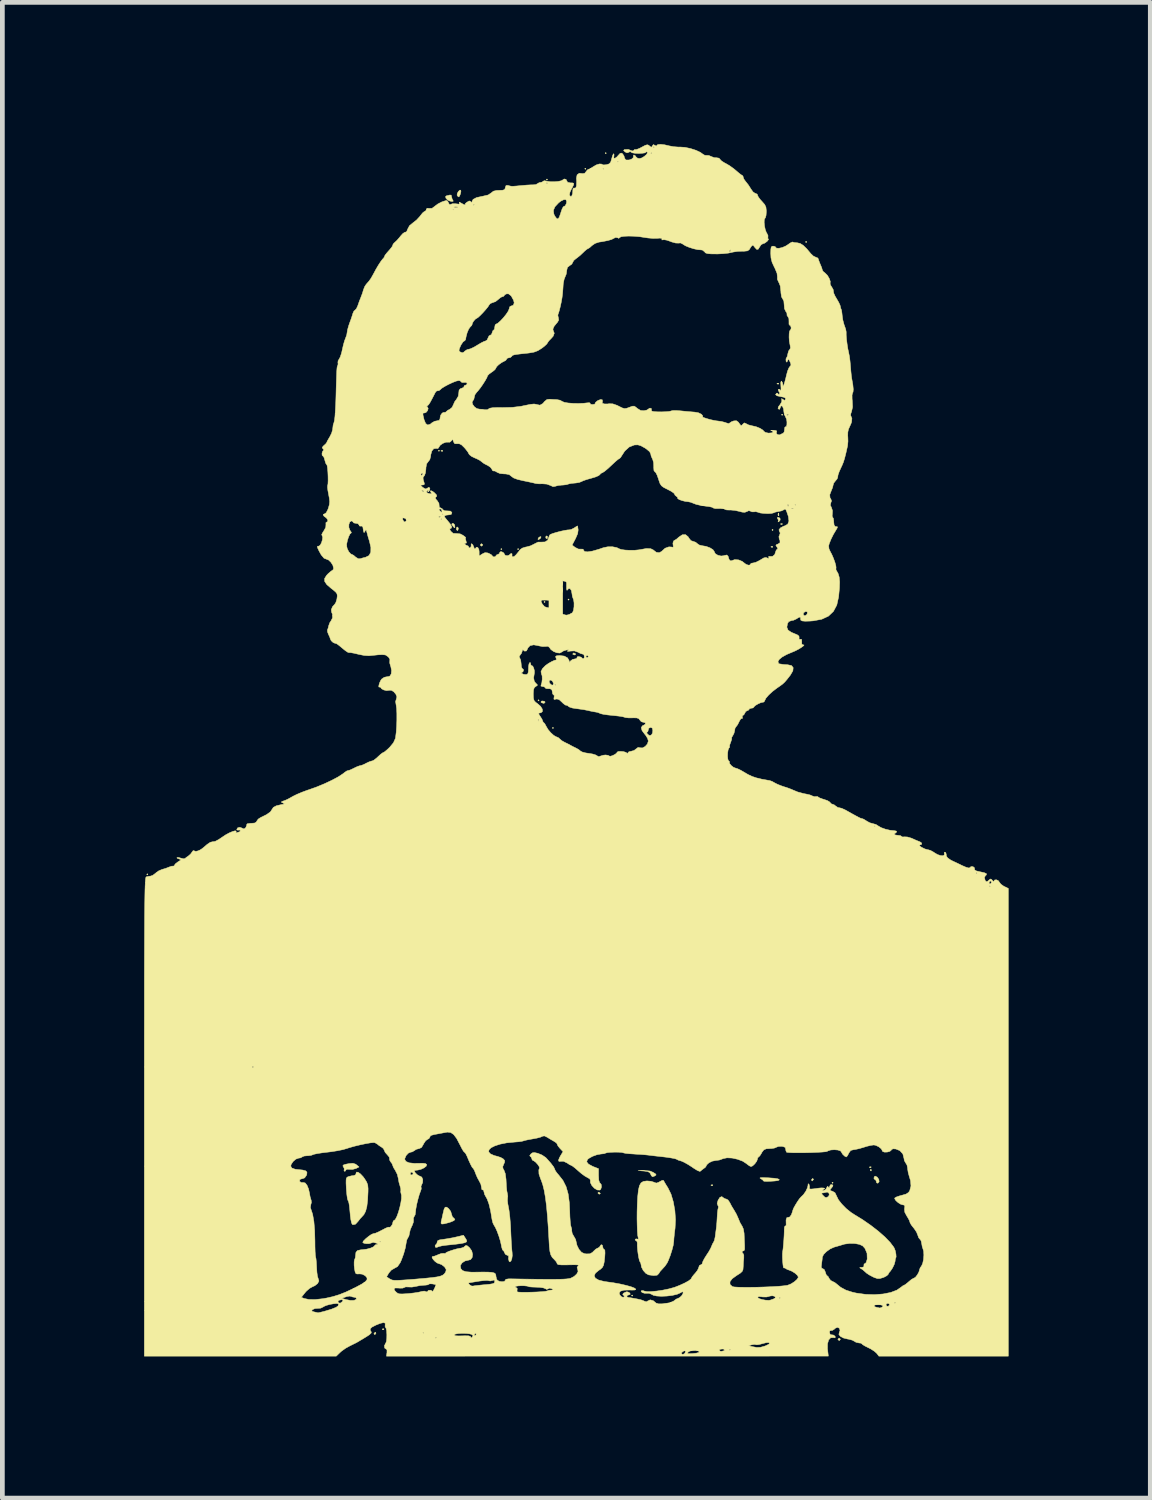
<source format=kicad_pcb>
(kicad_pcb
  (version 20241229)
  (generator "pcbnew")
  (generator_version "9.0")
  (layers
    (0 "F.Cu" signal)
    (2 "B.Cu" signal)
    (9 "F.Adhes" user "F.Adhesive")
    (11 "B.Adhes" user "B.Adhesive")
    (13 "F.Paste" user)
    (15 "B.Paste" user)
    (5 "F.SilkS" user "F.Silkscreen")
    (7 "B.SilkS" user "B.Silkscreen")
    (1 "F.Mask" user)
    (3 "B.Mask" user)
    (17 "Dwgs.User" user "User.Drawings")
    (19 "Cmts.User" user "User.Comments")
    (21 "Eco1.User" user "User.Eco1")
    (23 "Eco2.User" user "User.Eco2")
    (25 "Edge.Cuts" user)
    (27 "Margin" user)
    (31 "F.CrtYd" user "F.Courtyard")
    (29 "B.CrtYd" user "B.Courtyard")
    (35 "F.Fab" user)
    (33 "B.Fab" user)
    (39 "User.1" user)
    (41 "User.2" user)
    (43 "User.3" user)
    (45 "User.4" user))
  (footprint "Shauwn"
    (layer "F.Cu")
    (at 9.149 9.399)
    (property "Reference" "Shauwn" (at 0 0 0) (layer "F.SilkS") (effects (font (size 1.524 1.524) (thickness 0.3))))
    (attr through_hole)
    (fp_poly (pts (xy -9.068 6.058) (xy -9.081 6.071) (xy -9.093 6.058) (xy -9.081 6.045) (xy -9.068 6.058)) (stroke (width 0.01) (type solid)) (fill yes) (layer "F.SilkS"))
    (fp_poly (pts (xy -2.896 -2.908) (xy -2.908 -2.896) (xy -2.921 -2.908) (xy -2.908 -2.921) (xy -2.896 -2.908)) (stroke (width 0.01) (type solid)) (fill yes) (layer "F.SilkS"))
    (fp_poly (pts (xy -1.575 -0.826) (xy -1.587 -0.813) (xy -1.6 -0.826) (xy -1.587 -0.838) (xy -1.575 -0.826)) (stroke (width 0.01) (type solid)) (fill yes) (layer "F.SilkS"))
    (fp_poly (pts (xy -1.219 -0.826) (xy -1.232 -0.813) (xy -1.245 -0.826) (xy -1.232 -0.838) (xy -1.219 -0.826)) (stroke (width 0.01) (type solid)) (fill yes) (layer "F.SilkS"))
    (fp_poly (pts (xy -0.787 2.375) (xy -0.8 2.388) (xy -0.813 2.375) (xy -0.8 2.362) (xy -0.787 2.375)) (stroke (width 0.01) (type solid)) (fill yes) (layer "F.SilkS"))
    (fp_poly (pts (xy -0.66 0.292) (xy -0.673 0.305) (xy -0.686 0.292) (xy -0.673 0.279) (xy -0.66 0.292)) (stroke (width 0.01) (type solid)) (fill yes) (layer "F.SilkS"))
    (fp_poly (pts (xy -0.61 -8.649) (xy -0.622 -8.636) (xy -0.635 -8.649) (xy -0.622 -8.661) (xy -0.61 -8.649)) (stroke (width 0.01) (type solid)) (fill yes) (layer "F.SilkS"))
    (fp_poly (pts (xy -0.483 2.959) (xy -0.495 2.972) (xy -0.508 2.959) (xy -0.495 2.946) (xy -0.483 2.959)) (stroke (width 0.01) (type solid)) (fill yes) (layer "F.SilkS"))
    (fp_poly (pts (xy -0.152 0.241) (xy -0.165 0.254) (xy -0.178 0.241) (xy -0.165 0.229) (xy -0.152 0.241)) (stroke (width 0.01) (type solid)) (fill yes) (layer "F.SilkS"))
    (fp_poly (pts (xy 0.203 -8.877) (xy 0.191 -8.865) (xy 0.178 -8.877) (xy 0.191 -8.89) (xy 0.203 -8.877)) (stroke (width 0.01) (type solid)) (fill yes) (layer "F.SilkS"))
    (fp_poly (pts (xy 0.635 -9.207) (xy 0.622 -9.195) (xy 0.61 -9.207) (xy 0.622 -9.22) (xy 0.635 -9.207)) (stroke (width 0.01) (type solid)) (fill yes) (layer "F.SilkS"))
    (fp_poly (pts (xy 1.194 14.973) (xy 1.181 14.986) (xy 1.168 14.973) (xy 1.181 14.961) (xy 1.194 14.973)) (stroke (width 0.01) (type solid)) (fill yes) (layer "F.SilkS"))
    (fp_poly (pts (xy 4.166 -1.232) (xy 4.153 -1.219) (xy 4.14 -1.232) (xy 4.153 -1.245) (xy 4.166 -1.232)) (stroke (width 0.01) (type solid)) (fill yes) (layer "F.SilkS"))
    (fp_poly (pts (xy 4.369 -3.67) (xy 4.356 -3.658) (xy 4.343 -3.67) (xy 4.356 -3.683) (xy 4.369 -3.67)) (stroke (width 0.01) (type solid)) (fill yes) (layer "F.SilkS"))
    (fp_poly (pts (xy 4.877 -7.328) (xy 4.864 -7.315) (xy 4.851 -7.328) (xy 4.864 -7.341) (xy 4.877 -7.328)) (stroke (width 0.01) (type solid)) (fill yes) (layer "F.SilkS"))
    (fp_poly (pts (xy 5.436 12.586) (xy 5.423 12.598) (xy 5.41 12.586) (xy 5.423 12.573) (xy 5.436 12.586)) (stroke (width 0.01) (type solid)) (fill yes) (layer "F.SilkS"))
    (fp_poly (pts (xy -4.072 15.68) (xy -4.076 15.695) (xy -4.089 15.697) (xy -4.11 15.688) (xy -4.106 15.68) (xy -4.076 15.677) (xy -4.072 15.68)) (stroke (width 0.01) (type solid)) (fill yes) (layer "F.SilkS"))
    (fp_poly (pts (xy -2.828 -2.913) (xy -2.831 -2.897) (xy -2.845 -2.896) (xy -2.866 -2.905) (xy -2.862 -2.913) (xy -2.832 -2.916) (xy -2.828 -2.913)) (stroke (width 0.01) (type solid)) (fill yes) (layer "F.SilkS"))
    (fp_poly (pts (xy 2.887 12.632) (xy 2.884 12.647) (xy 2.87 12.649) (xy 2.849 12.64) (xy 2.853 12.632) (xy 2.883 12.629) (xy 2.887 12.632)) (stroke (width 0.01) (type solid)) (fill yes) (layer "F.SilkS"))
    (fp_poly (pts (xy 4.157 -0.881) (xy 4.154 -0.865) (xy 4.14 -0.864) (xy 4.119 -0.873) (xy 4.123 -0.881) (xy 4.153 -0.884) (xy 4.157 -0.881)) (stroke (width 0.01) (type solid)) (fill yes) (layer "F.SilkS"))
    (fp_poly (pts (xy 4.284 -4.335) (xy 4.281 -4.32) (xy 4.267 -4.318) (xy 4.246 -4.327) (xy 4.25 -4.335) (xy 4.28 -4.338) (xy 4.284 -4.335)) (stroke (width 0.01) (type solid)) (fill yes) (layer "F.SilkS"))
    (fp_poly (pts (xy 4.285 -1.58) (xy 4.288 -1.54) (xy 4.283 -1.531) (xy 4.271 -1.538) (xy 4.269 -1.564) (xy 4.275 -1.591) (xy 4.285 -1.58)) (stroke (width 0.01) (type solid)) (fill yes) (layer "F.SilkS"))
    (fp_poly (pts (xy 4.36 -1.363) (xy 4.357 -1.348) (xy 4.343 -1.346) (xy 4.322 -1.355) (xy 4.326 -1.363) (xy 4.357 -1.366) (xy 4.36 -1.363)) (stroke (width 0.01) (type solid)) (fill yes) (layer "F.SilkS"))
    (fp_poly (pts (xy 6.24 12.251) (xy 6.236 12.266) (xy 6.223 12.268) (xy 6.202 12.259) (xy 6.206 12.251) (xy 6.236 12.248) (xy 6.24 12.251)) (stroke (width 0.01) (type solid)) (fill yes) (layer "F.SilkS"))
    (fp_poly (pts (xy 6.24 12.302) (xy 6.243 12.332) (xy 6.24 12.336) (xy 6.225 12.332) (xy 6.223 12.319) (xy 6.232 12.298) (xy 6.24 12.302)) (stroke (width 0.01) (type solid)) (fill yes) (layer "F.SilkS"))
    (fp_poly (pts (xy -0.747 -1.086) (xy -0.754 -1.063) (xy -0.774 -1.042) (xy -0.806 -1.026) (xy -0.813 -1.037) (xy -0.797 -1.07) (xy -0.765 -1.09) (xy -0.747 -1.086)) (stroke (width 0.01) (type solid)) (fill yes) (layer "F.SilkS"))
    (fp_poly (pts (xy -0.613 -1.099) (xy -0.61 -1.081) (xy -0.618 -1.044) (xy -0.64 -1.055) (xy -0.647 -1.065) (xy -0.643 -1.098) (xy -0.635 -1.105) (xy -0.613 -1.099)) (stroke (width 0.01) (type solid)) (fill yes) (layer "F.SilkS"))
    (fp_poly (pts (xy -4.242 15.768) (xy -4.242 15.773) (xy -4.261 15.798) (xy -4.269 15.799) (xy -4.284 15.783) (xy -4.28 15.773) (xy -4.257 15.749) (xy -4.253 15.748) (xy -4.242 15.768)) (stroke (width 0.01) (type solid)) (fill yes) (layer "F.SilkS"))
    (fp_poly (pts (xy -2.581 -1.35) (xy -2.572 -1.321) (xy -2.571 -1.279) (xy -2.585 -1.281) (xy -2.61 -1.308) (xy -2.639 -1.351) (xy -2.627 -1.37) (xy -2.609 -1.372) (xy -2.581 -1.35)) (stroke (width 0.01) (type solid)) (fill yes) (layer "F.SilkS"))
    (fp_poly (pts (xy -2.5 -1.275) (xy -2.498 -1.257) (xy -2.509 -1.223) (xy -2.519 -1.219) (xy -2.538 -1.24) (xy -2.54 -1.257) (xy -2.529 -1.291) (xy -2.519 -1.295) (xy -2.5 -1.275)) (stroke (width 0.01) (type solid)) (fill yes) (layer "F.SilkS"))
    (fp_poly (pts (xy -1.982 -0.92) (xy -1.981 -0.914) (xy -2.001 -0.89) (xy -2.007 -0.889) (xy -2.031 -0.908) (xy -2.032 -0.914) (xy -2.013 -0.939) (xy -2.007 -0.94) (xy -1.982 -0.92)) (stroke (width 0.01) (type solid)) (fill yes) (layer "F.SilkS"))
    (fp_poly (pts (xy -0.671 2.398) (xy -0.66 2.413) (xy -0.681 2.436) (xy -0.697 2.438) (xy -0.74 2.423) (xy -0.749 2.413) (xy -0.742 2.393) (xy -0.713 2.388) (xy -0.671 2.398)) (stroke (width 0.01) (type solid)) (fill yes) (layer "F.SilkS"))
    (fp_poly (pts (xy -0.017 1.39) (xy -0.015 1.393) (xy -0.023 1.411) (xy -0.039 1.414) (xy -0.072 1.402) (xy -0.076 1.393) (xy -0.057 1.372) (xy -0.052 1.372) (xy -0.017 1.39)) (stroke (width 0.01) (type solid)) (fill yes) (layer "F.SilkS"))
    (fp_poly (pts (xy 0.483 12.789) (xy 0.507 12.812) (xy 0.508 12.816) (xy 0.488 12.827) (xy 0.483 12.827) (xy 0.458 12.807) (xy 0.457 12.8) (xy 0.473 12.785) (xy 0.483 12.789)) (stroke (width 0.01) (type solid)) (fill yes) (layer "F.SilkS"))
    (fp_poly (pts (xy 5.02 12.512) (xy 5.016 12.522) (xy 4.994 12.546) (xy 4.99 12.548) (xy 4.979 12.528) (xy 4.978 12.522) (xy 4.998 12.498) (xy 5.005 12.497) (xy 5.02 12.512)) (stroke (width 0.01) (type solid)) (fill yes) (layer "F.SilkS"))
    (fp_poly (pts (xy 5.587 15.894) (xy 5.588 15.9) (xy 5.569 15.925) (xy 5.563 15.926) (xy 5.538 15.906) (xy 5.537 15.9) (xy 5.557 15.876) (xy 5.563 15.875) (xy 5.587 15.894)) (stroke (width 0.01) (type solid)) (fill yes) (layer "F.SilkS"))
    (fp_poly (pts (xy -2.447 -8.424) (xy -2.443 -8.393) (xy -2.454 -8.343) (xy -2.473 -8.297) (xy -2.489 -8.28) (xy -2.515 -8.301) (xy -2.524 -8.318) (xy -2.52 -8.354) (xy -2.497 -8.396) (xy -2.467 -8.424) (xy -2.447 -8.424)) (stroke (width 0.01) (type solid)) (fill yes) (layer "F.SilkS"))
    (fp_poly (pts (xy 4.311 -1.481) (xy 4.315 -1.443) (xy 4.287 -1.408) (xy 4.286 -1.407) (xy 4.268 -1.402) (xy 4.273 -1.41) (xy 4.276 -1.444) (xy 4.264 -1.465) (xy 4.251 -1.492) (xy 4.277 -1.499) (xy 4.311 -1.481)) (stroke (width 0.01) (type solid)) (fill yes) (layer "F.SilkS"))
    (fp_poly (pts (xy 6.369 12.467) (xy 6.402 12.514) (xy 6.409 12.562) (xy 6.408 12.566) (xy 6.382 12.596) (xy 6.356 12.587) (xy 6.35 12.56) (xy 6.336 12.526) (xy 6.325 12.522) (xy 6.302 12.502) (xy 6.299 12.484) (xy 6.315 12.45) (xy 6.328 12.446) (xy 6.369 12.467)) (stroke (width 0.01) (type solid)) (fill yes) (layer "F.SilkS"))
    (fp_poly (pts (xy -2.649 -8.319) (xy -2.642 -8.288) (xy -2.627 -8.232) (xy -2.612 -8.211) (xy -2.606 -8.19) (xy -2.632 -8.184) (xy -2.675 -8.193) (xy -2.722 -8.214) (xy -2.729 -8.219) (xy -2.761 -8.256) (xy -2.767 -8.291) (xy -2.745 -8.306) (xy -2.703 -8.314) (xy -2.682 -8.321) (xy -2.649 -8.319)) (stroke (width 0.01) (type solid)) (fill yes) (layer "F.SilkS"))
    (fp_poly (pts (xy 1.561 12.338) (xy 1.628 12.367) (xy 1.678 12.4) (xy 1.689 12.42) (xy 1.665 12.438) (xy 1.654 12.445) (xy 1.612 12.459) (xy 1.587 12.436) (xy 1.576 12.41) (xy 1.552 12.37) (xy 1.51 12.349) (xy 1.434 12.338) (xy 1.43 12.338) (xy 1.308 12.328) (xy 1.428 12.324) (xy 1.561 12.338)) (stroke (width 0.01) (type solid)) (fill yes) (layer "F.SilkS"))
    (fp_poly (pts (xy 4.043 12.481) (xy 4.06 12.481) (xy 4.185 12.49) (xy 4.263 12.502) (xy 4.295 12.516) (xy 4.29 12.531) (xy 4.259 12.541) (xy 4.196 12.549) (xy 4.119 12.554) (xy 4.044 12.557) (xy 3.986 12.556) (xy 3.962 12.549) (xy 3.962 12.549) (xy 3.943 12.524) (xy 3.905 12.5) (xy 3.886 12.486) (xy 3.898 12.479) (xy 3.949 12.477) (xy 4.043 12.481)) (stroke (width 0.01) (type solid)) (fill yes) (layer "F.SilkS"))
    (fp_poly (pts (xy -4.673 12.192) (xy -4.652 12.207) (xy -4.6 12.252) (xy -4.664 12.284) (xy -4.738 12.304) (xy -4.802 12.302) (xy -4.859 12.299) (xy -4.877 12.316) (xy -4.895 12.343) (xy -4.904 12.344) (xy -4.919 12.329) (xy -4.914 12.318) (xy -4.914 12.278) (xy -4.927 12.257) (xy -4.942 12.228) (xy -4.928 12.209) (xy -4.876 12.193) (xy -4.809 12.18) (xy -4.729 12.174) (xy -4.673 12.192)) (stroke (width 0.01) (type solid)) (fill yes) (layer "F.SilkS"))
    (fp_poly (pts (xy -2.702 13.134) (xy -2.659 13.192) (xy -2.642 13.249) (xy -2.624 13.306) (xy -2.597 13.332) (xy -2.57 13.359) (xy -2.59 13.387) (xy -2.657 13.416) (xy -2.708 13.432) (xy -2.797 13.455) (xy -2.846 13.46) (xy -2.864 13.443) (xy -2.86 13.403) (xy -2.857 13.392) (xy -2.839 13.317) (xy -2.821 13.233) (xy -2.82 13.231) (xy -2.799 13.144) (xy -2.776 13.103) (xy -2.744 13.102) (xy -2.702 13.134)) (stroke (width 0.01) (type solid)) (fill yes) (layer "F.SilkS"))
    (fp_poly (pts (xy -2.348 13.76) (xy -2.327 13.795) (xy -2.319 13.822) (xy -2.332 13.842) (xy -2.37 13.858) (xy -2.439 13.872) (xy -2.545 13.886) (xy -2.694 13.902) (xy -2.756 13.908) (xy -2.842 13.92) (xy -2.91 13.936) (xy -2.938 13.948) (xy -2.973 13.956) (xy -2.987 13.941) (xy -2.988 13.908) (xy -2.976 13.9) (xy -2.951 13.869) (xy -2.946 13.843) (xy -2.935 13.813) (xy -2.894 13.795) (xy -2.826 13.785) (xy -2.732 13.771) (xy -2.62 13.751) (xy -2.547 13.735) (xy -2.389 13.697) (xy -2.348 13.76)) (stroke (width 0.01) (type solid)) (fill yes) (layer "F.SilkS"))
    (fp_poly (pts (xy -4.619 12.364) (xy -4.57 12.398) (xy -4.514 12.457) (xy -4.482 12.501) (xy -4.438 12.571) (xy -4.415 12.634) (xy -4.408 12.71) (xy -4.409 12.779) (xy -4.418 12.956) (xy -4.434 13.091) (xy -4.46 13.189) (xy -4.496 13.259) (xy -4.518 13.284) (xy -4.575 13.345) (xy -4.62 13.403) (xy -4.621 13.405) (xy -4.676 13.464) (xy -4.728 13.473) (xy -4.743 13.466) (xy -4.758 13.434) (xy -4.773 13.366) (xy -4.785 13.276) (xy -4.785 13.271) (xy -4.796 13.15) (xy -4.805 13.069) (xy -4.813 13.018) (xy -4.821 12.986) (xy -4.831 12.965) (xy -4.835 12.958) (xy -4.846 12.919) (xy -4.857 12.842) (xy -4.866 12.743) (xy -4.869 12.7) (xy -4.874 12.593) (xy -4.873 12.525) (xy -4.866 12.487) (xy -4.849 12.467) (xy -4.822 12.455) (xy -4.753 12.438) (xy -4.712 12.434) (xy -4.67 12.417) (xy -4.664 12.391) (xy -4.653 12.36) (xy -4.619 12.364)) (stroke (width 0.01) (type solid)) (fill yes) (layer "F.SilkS"))
    (fp_poly (pts (xy 1.846 12.537) (xy 1.847 12.539) (xy 1.864 12.572) (xy 1.901 12.634) (xy 1.939 12.694) (xy 2.004 12.826) (xy 2.053 12.992) (xy 2.086 13.178) (xy 2.099 13.369) (xy 2.09 13.55) (xy 2.089 13.556) (xy 2.076 13.663) (xy 2.066 13.76) (xy 2.062 13.829) (xy 2.061 13.834) (xy 2.051 13.909) (xy 2.024 14.013) (xy 1.988 14.126) (xy 1.947 14.231) (xy 1.923 14.282) (xy 1.876 14.351) (xy 1.823 14.409) (xy 1.774 14.462) (xy 1.745 14.509) (xy 1.744 14.51) (xy 1.711 14.542) (xy 1.639 14.55) (xy 1.531 14.536) (xy 1.472 14.504) (xy 1.416 14.442) (xy 1.379 14.37) (xy 1.372 14.33) (xy 1.362 14.281) (xy 1.35 14.264) (xy 1.335 14.233) (xy 1.32 14.167) (xy 1.306 14.082) (xy 1.295 13.992) (xy 1.29 13.913) (xy 1.291 13.875) (xy 1.286 13.83) (xy 1.271 13.818) (xy 1.246 13.798) (xy 1.245 13.789) (xy 1.263 13.773) (xy 1.286 13.777) (xy 1.314 13.78) (xy 1.309 13.748) (xy 1.299 13.698) (xy 1.292 13.607) (xy 1.288 13.487) (xy 1.285 13.348) (xy 1.286 13.201) (xy 1.29 13.057) (xy 1.296 12.925) (xy 1.299 12.881) (xy 1.314 12.743) (xy 1.336 12.648) (xy 1.369 12.589) (xy 1.418 12.558) (xy 1.488 12.548) (xy 1.503 12.548) (xy 1.58 12.555) (xy 1.642 12.574) (xy 1.649 12.578) (xy 1.693 12.593) (xy 1.742 12.577) (xy 1.768 12.561) (xy 1.817 12.536) (xy 1.846 12.537)) (stroke (width 0.01) (type solid)) (fill yes) (layer "F.SilkS"))
    (fp_poly (pts (xy 1.869 -9.384) (xy 1.968 -9.361) (xy 2.059 -9.344) (xy 2.163 -9.336) (xy 2.197 -9.337) (xy 2.3 -9.33) (xy 2.417 -9.305) (xy 2.532 -9.268) (xy 2.626 -9.224) (xy 2.672 -9.19) (xy 2.72 -9.161) (xy 2.756 -9.16) (xy 2.805 -9.158) (xy 2.851 -9.138) (xy 2.917 -9.112) (xy 2.966 -9.11) (xy 3.02 -9.101) (xy 3.039 -9.079) (xy 3.07 -9.045) (xy 3.131 -9.005) (xy 3.161 -8.99) (xy 3.242 -8.943) (xy 3.332 -8.878) (xy 3.379 -8.839) (xy 3.442 -8.785) (xy 3.49 -8.748) (xy 3.511 -8.738) (xy 3.529 -8.717) (xy 3.531 -8.701) (xy 3.547 -8.658) (xy 3.586 -8.604) (xy 3.589 -8.601) (xy 3.642 -8.534) (xy 3.692 -8.455) (xy 3.697 -8.447) (xy 3.739 -8.388) (xy 3.782 -8.358) (xy 3.79 -8.357) (xy 3.828 -8.339) (xy 3.835 -8.319) (xy 3.852 -8.28) (xy 3.895 -8.223) (xy 3.929 -8.186) (xy 3.986 -8.121) (xy 4.013 -8.065) (xy 4.021 -7.993) (xy 4.021 -7.964) (xy 4.016 -7.89) (xy 4.002 -7.84) (xy 3.993 -7.829) (xy 3.978 -7.8) (xy 3.976 -7.739) (xy 3.984 -7.662) (xy 4 -7.586) (xy 4.022 -7.528) (xy 4.032 -7.513) (xy 4.057 -7.463) (xy 4.055 -7.43) (xy 4.054 -7.397) (xy 4.065 -7.391) (xy 4.067 -7.377) (xy 4.039 -7.341) (xy 4.039 -7.341) (xy 3.988 -7.303) (xy 3.949 -7.29) (xy 3.911 -7.269) (xy 3.882 -7.226) (xy 3.85 -7.174) (xy 3.818 -7.17) (xy 3.777 -7.214) (xy 3.773 -7.22) (xy 3.747 -7.253) (xy 3.726 -7.257) (xy 3.699 -7.228) (xy 3.659 -7.164) (xy 3.622 -7.139) (xy 3.546 -7.131) (xy 3.51 -7.132) (xy 3.411 -7.128) (xy 3.314 -7.113) (xy 3.286 -7.106) (xy 3.214 -7.091) (xy 3.111 -7.08) (xy 2.996 -7.074) (xy 2.964 -7.074) (xy 2.853 -7.075) (xy 2.782 -7.081) (xy 2.74 -7.093) (xy 2.718 -7.114) (xy 3.232 -7.114) (xy 3.236 -7.112) (xy 3.259 -7.13) (xy 3.264 -7.137) (xy 3.27 -7.161) (xy 3.267 -7.163) (xy 3.244 -7.145) (xy 3.239 -7.137) (xy 3.232 -7.114) (xy 2.718 -7.114) (xy 2.718 -7.114) (xy 2.714 -7.12) (xy 2.669 -7.156) (xy 2.633 -7.16) (xy 2.57 -7.165) (xy 2.483 -7.184) (xy 2.391 -7.213) (xy 2.311 -7.246) (xy 2.262 -7.276) (xy 2.258 -7.28) (xy 2.205 -7.307) (xy 2.166 -7.303) (xy 2.102 -7.305) (xy 2.016 -7.329) (xy 1.992 -7.339) (xy 1.917 -7.365) (xy 1.856 -7.376) (xy 1.837 -7.373) (xy 1.809 -7.37) (xy 1.813 -7.387) (xy 1.81 -7.404) (xy 1.766 -7.409) (xy 1.718 -7.405) (xy 1.626 -7.403) (xy 1.517 -7.412) (xy 1.456 -7.421) (xy 1.34 -7.439) (xy 1.219 -7.449) (xy 1.106 -7.452) (xy 1.011 -7.448) (xy 0.945 -7.438) (xy 0.921 -7.423) (xy 0.898 -7.404) (xy 0.878 -7.415) (xy 0.833 -7.424) (xy 0.798 -7.407) (xy 0.745 -7.38) (xy 0.664 -7.357) (xy 0.546 -7.334) (xy 0.478 -7.324) (xy 0.397 -7.297) (xy 0.33 -7.251) (xy 0.328 -7.249) (xy 0.282 -7.207) (xy 0.25 -7.188) (xy 0.248 -7.188) (xy 0.219 -7.171) (xy 0.17 -7.129) (xy 0.145 -7.104) (xy 0.078 -7.041) (xy 0.01 -6.987) (xy -0.006 -6.976) (xy -0.055 -6.935) (xy -0.076 -6.896) (xy -0.076 -6.895) (xy -0.097 -6.857) (xy -0.14 -6.828) (xy -0.188 -6.79) (xy -0.203 -6.727) (xy -0.203 -6.72) (xy -0.214 -6.646) (xy -0.237 -6.591) (xy -0.259 -6.534) (xy -0.275 -6.454) (xy -0.278 -6.426) (xy -0.284 -6.331) (xy -0.291 -6.24) (xy -0.293 -6.223) (xy -0.303 -6.144) (xy -0.32 -6.049) (xy -0.341 -5.953) (xy -0.362 -5.871) (xy -0.379 -5.816) (xy -0.386 -5.803) (xy -0.391 -5.769) (xy -0.381 -5.727) (xy -0.373 -5.674) (xy -0.402 -5.624) (xy -0.416 -5.609) (xy -0.471 -5.541) (xy -0.496 -5.484) (xy -0.489 -5.45) (xy -0.467 -5.397) (xy -0.49 -5.333) (xy -0.535 -5.282) (xy -0.583 -5.233) (xy -0.608 -5.196) (xy -0.61 -5.191) (xy -0.629 -5.164) (xy -0.678 -5.119) (xy -0.73 -5.079) (xy -0.813 -5.027) (xy -0.894 -4.996) (xy -0.997 -4.978) (xy -1.029 -4.974) (xy -1.163 -4.96) (xy -1.255 -4.949) (xy -1.313 -4.939) (xy -1.345 -4.929) (xy -1.361 -4.917) (xy -1.366 -4.907) (xy -1.396 -4.882) (xy -1.425 -4.877) (xy -1.465 -4.865) (xy -1.473 -4.851) (xy -1.494 -4.821) (xy -1.518 -4.808) (xy -1.581 -4.775) (xy -1.643 -4.73) (xy -1.688 -4.686) (xy -1.702 -4.658) (xy -1.722 -4.626) (xy -1.771 -4.585) (xy -1.791 -4.572) (xy -1.846 -4.532) (xy -1.877 -4.499) (xy -1.88 -4.493) (xy -1.894 -4.455) (xy -1.93 -4.391) (xy -1.979 -4.314) (xy -2.032 -4.238) (xy -2.081 -4.176) (xy -2.108 -4.147) (xy -2.147 -4.093) (xy -2.159 -4.047) (xy -2.17 -3.995) (xy -2.185 -3.975) (xy -2.207 -3.938) (xy -2.194 -3.888) (xy -2.157 -3.838) (xy -2.106 -3.801) (xy -2.051 -3.789) (xy -1.979 -3.785) (xy -1.94 -3.776) (xy -1.881 -3.776) (xy -1.858 -3.793) (xy -1.829 -3.809) (xy -1.771 -3.819) (xy -1.675 -3.823) (xy -1.561 -3.822) (xy -1.352 -3.827) (xy -1.171 -3.849) (xy -1.091 -3.866) (xy -0.973 -3.89) (xy -0.895 -3.898) (xy -0.846 -3.89) (xy -0.84 -3.887) (xy -0.77 -3.873) (xy -0.707 -3.909) (xy -0.677 -3.947) (xy -0.623 -3.992) (xy -0.568 -3.999) (xy -0.486 -3.994) (xy -0.415 -3.991) (xy -0.346 -3.978) (xy -0.297 -3.951) (xy -0.254 -3.933) (xy -0.174 -3.919) (xy -0.07 -3.911) (xy 0.043 -3.909) (xy 0.153 -3.913) (xy 0.223 -3.921) (xy 0.277 -3.925) (xy 0.293 -3.913) (xy 0.291 -3.91) (xy 0.301 -3.893) (xy 0.343 -3.886) (xy 0.387 -3.893) (xy 0.397 -3.907) (xy 0.407 -3.932) (xy 0.45 -3.967) (xy 0.457 -3.971) (xy 0.514 -3.993) (xy 0.55 -3.986) (xy 0.555 -3.955) (xy 0.548 -3.94) (xy 0.552 -3.913) (xy 0.595 -3.899) (xy 0.666 -3.899) (xy 0.691 -3.903) (xy 0.771 -3.901) (xy 0.863 -3.869) (xy 0.898 -3.851) (xy 0.971 -3.815) (xy 1.02 -3.801) (xy 1.066 -3.807) (xy 1.121 -3.827) (xy 1.186 -3.851) (xy 1.226 -3.852) (xy 1.263 -3.828) (xy 1.286 -3.807) (xy 1.36 -3.761) (xy 1.43 -3.756) (xy 1.489 -3.768) (xy 1.519 -3.786) (xy 1.52 -3.787) (xy 1.549 -3.808) (xy 1.566 -3.81) (xy 1.591 -3.798) (xy 1.589 -3.786) (xy 1.592 -3.754) (xy 1.6 -3.746) (xy 1.64 -3.737) (xy 1.713 -3.732) (xy 1.802 -3.731) (xy 1.891 -3.734) (xy 1.965 -3.74) (xy 2.007 -3.75) (xy 2.01 -3.752) (xy 2.043 -3.759) (xy 2.113 -3.76) (xy 2.204 -3.753) (xy 2.215 -3.752) (xy 2.325 -3.741) (xy 2.43 -3.732) (xy 2.504 -3.726) (xy 2.584 -3.712) (xy 2.646 -3.682) (xy 2.652 -3.677) (xy 2.678 -3.643) (xy 2.675 -3.631) (xy 2.667 -3.624) (xy 2.697 -3.61) (xy 2.754 -3.591) (xy 2.825 -3.57) (xy 2.899 -3.553) (xy 2.965 -3.541) (xy 2.985 -3.539) (xy 3.072 -3.527) (xy 3.147 -3.508) (xy 3.17 -3.499) (xy 3.224 -3.483) (xy 3.247 -3.496) (xy 3.282 -3.521) (xy 3.333 -3.54) (xy 3.389 -3.543) (xy 3.43 -3.513) (xy 3.446 -3.49) (xy 3.478 -3.447) (xy 3.499 -3.443) (xy 3.522 -3.468) (xy 3.555 -3.498) (xy 3.59 -3.484) (xy 3.592 -3.482) (xy 3.643 -3.456) (xy 3.713 -3.438) (xy 3.713 -3.438) (xy 3.805 -3.417) (xy 3.889 -3.383) (xy 3.95 -3.344) (xy 3.97 -3.319) (xy 4.002 -3.296) (xy 4.063 -3.282) (xy 4.074 -3.282) (xy 4.136 -3.287) (xy 4.165 -3.303) (xy 4.154 -3.323) (xy 4.121 -3.335) (xy 4.114 -3.341) (xy 4.149 -3.343) (xy 4.17 -3.343) (xy 4.231 -3.335) (xy 4.243 -3.318) (xy 4.24 -3.313) (xy 4.232 -3.276) (xy 4.259 -3.249) (xy 4.302 -3.244) (xy 4.316 -3.25) (xy 4.364 -3.274) (xy 4.381 -3.28) (xy 4.4 -3.309) (xy 4.407 -3.357) (xy 4.412 -3.402) (xy 4.424 -3.414) (xy 4.445 -3.42) (xy 4.457 -3.461) (xy 4.458 -3.518) (xy 4.45 -3.576) (xy 4.434 -3.612) (xy 4.404 -3.675) (xy 4.453 -3.675) (xy 4.457 -3.659) (xy 4.47 -3.658) (xy 4.491 -3.667) (xy 4.487 -3.675) (xy 4.457 -3.678) (xy 4.453 -3.675) (xy 4.404 -3.675) (xy 4.403 -3.676) (xy 4.394 -3.725) (xy 4.385 -3.798) (xy 4.363 -3.848) (xy 4.341 -3.861) (xy 4.321 -3.84) (xy 4.318 -3.823) (xy 4.304 -3.789) (xy 4.293 -3.785) (xy 4.269 -3.8) (xy 4.279 -3.841) (xy 4.316 -3.89) (xy 4.348 -3.945) (xy 4.349 -3.984) (xy 4.343 -4.012) (xy 4.365 -4.001) (xy 4.374 -3.994) (xy 4.408 -3.974) (xy 4.427 -3.996) (xy 4.428 -3.998) (xy 4.424 -4.025) (xy 4.383 -4.043) (xy 4.329 -4.053) (xy 4.249 -4.071) (xy 4.217 -4.095) (xy 4.236 -4.123) (xy 4.242 -4.128) (xy 4.265 -4.125) (xy 4.267 -4.115) (xy 4.283 -4.099) (xy 4.294 -4.103) (xy 4.305 -4.132) (xy 4.29 -4.156) (xy 4.273 -4.194) (xy 4.278 -4.21) (xy 4.303 -4.208) (xy 4.318 -4.19) (xy 4.331 -4.187) (xy 4.333 -4.231) (xy 4.33 -4.275) (xy 4.327 -4.35) (xy 4.336 -4.382) (xy 4.344 -4.381) (xy 4.365 -4.346) (xy 4.371 -4.31) (xy 4.373 -4.271) (xy 4.383 -4.282) (xy 4.393 -4.305) (xy 4.41 -4.357) (xy 4.432 -4.439) (xy 4.448 -4.508) (xy 4.471 -4.594) (xy 4.499 -4.661) (xy 4.519 -4.69) (xy 4.543 -4.718) (xy 4.538 -4.756) (xy 4.523 -4.791) (xy 4.499 -4.838) (xy 4.484 -4.842) (xy 4.472 -4.815) (xy 4.456 -4.783) (xy 4.442 -4.798) (xy 4.439 -4.806) (xy 4.437 -4.852) (xy 4.445 -4.867) (xy 4.465 -4.907) (xy 4.477 -4.961) (xy 4.493 -5.02) (xy 4.516 -5.051) (xy 4.533 -5.083) (xy 4.524 -5.147) (xy 4.521 -5.159) (xy 4.508 -5.229) (xy 4.503 -5.311) (xy 4.505 -5.387) (xy 4.514 -5.442) (xy 4.528 -5.461) (xy 4.543 -5.482) (xy 4.547 -5.512) (xy 4.535 -5.553) (xy 4.518 -5.563) (xy 4.501 -5.585) (xy 4.501 -5.639) (xy 4.499 -5.707) (xy 4.479 -5.744) (xy 4.457 -5.779) (xy 4.46 -5.794) (xy 4.455 -5.828) (xy 4.434 -5.856) (xy 4.406 -5.915) (xy 4.399 -5.998) (xy 4.392 -6.078) (xy 4.369 -6.121) (xy 4.368 -6.122) (xy 4.344 -6.164) (xy 4.331 -6.248) (xy 4.329 -6.285) (xy 4.317 -6.394) (xy 4.29 -6.465) (xy 4.284 -6.472) (xy 4.255 -6.539) (xy 4.256 -6.585) (xy 4.248 -6.664) (xy 4.202 -6.774) (xy 4.191 -6.794) (xy 4.143 -6.898) (xy 4.12 -6.992) (xy 4.115 -7.087) (xy 4.117 -7.172) (xy 4.125 -7.218) (xy 4.143 -7.236) (xy 4.166 -7.239) (xy 4.207 -7.23) (xy 4.216 -7.218) (xy 4.237 -7.196) (xy 4.288 -7.194) (xy 4.357 -7.209) (xy 4.428 -7.239) (xy 4.473 -7.267) (xy 4.53 -7.307) (xy 4.57 -7.326) (xy 4.579 -7.326) (xy 4.611 -7.316) (xy 4.671 -7.31) (xy 4.676 -7.31) (xy 4.737 -7.296) (xy 4.802 -7.256) (xy 4.877 -7.183) (xy 4.966 -7.077) (xy 5.017 -7.029) (xy 5.067 -7.005) (xy 5.11 -6.988) (xy 5.12 -6.972) (xy 5.132 -6.934) (xy 5.156 -6.872) (xy 5.165 -6.852) (xy 5.192 -6.787) (xy 5.206 -6.739) (xy 5.207 -6.732) (xy 5.226 -6.701) (xy 5.269 -6.666) (xy 5.314 -6.621) (xy 5.352 -6.557) (xy 5.375 -6.494) (xy 5.372 -6.452) (xy 5.377 -6.42) (xy 5.407 -6.372) (xy 5.437 -6.319) (xy 5.442 -6.28) (xy 5.449 -6.242) (xy 5.478 -6.179) (xy 5.51 -6.125) (xy 5.553 -6.051) (xy 5.581 -5.991) (xy 5.588 -5.965) (xy 5.597 -5.921) (xy 5.603 -5.911) (xy 5.614 -5.879) (xy 5.623 -5.814) (xy 5.627 -5.774) (xy 5.641 -5.675) (xy 5.667 -5.578) (xy 5.676 -5.554) (xy 5.701 -5.482) (xy 5.712 -5.425) (xy 5.712 -5.414) (xy 5.712 -5.357) (xy 5.719 -5.267) (xy 5.732 -5.163) (xy 5.748 -5.061) (xy 5.766 -4.981) (xy 5.766 -4.978) (xy 5.78 -4.908) (xy 5.793 -4.808) (xy 5.803 -4.7) (xy 5.803 -4.699) (xy 5.811 -4.596) (xy 5.82 -4.506) (xy 5.828 -4.447) (xy 5.828 -4.445) (xy 5.853 -4.305) (xy 5.862 -4.209) (xy 5.857 -4.15) (xy 5.848 -4.134) (xy 5.836 -4.088) (xy 5.837 -4.005) (xy 5.841 -3.963) (xy 5.847 -3.834) (xy 5.827 -3.744) (xy 5.808 -3.686) (xy 5.808 -3.649) (xy 5.81 -3.647) (xy 5.833 -3.593) (xy 5.826 -3.517) (xy 5.813 -3.48) (xy 5.781 -3.409) (xy 5.76 -3.362) (xy 5.747 -3.302) (xy 5.745 -3.222) (xy 5.747 -3.204) (xy 5.75 -3.108) (xy 5.741 -3.013) (xy 5.739 -3.004) (xy 5.706 -2.857) (xy 5.678 -2.747) (xy 5.652 -2.664) (xy 5.623 -2.594) (xy 5.615 -2.578) (xy 5.565 -2.469) (xy 5.539 -2.395) (xy 5.533 -2.349) (xy 5.533 -2.347) (xy 5.519 -2.311) (xy 5.487 -2.273) (xy 5.448 -2.223) (xy 5.436 -2.183) (xy 5.424 -2.13) (xy 5.398 -2.067) (xy 5.364 -1.977) (xy 5.37 -1.912) (xy 5.387 -1.887) (xy 5.402 -1.846) (xy 5.388 -1.81) (xy 5.376 -1.754) (xy 5.398 -1.712) (xy 5.422 -1.64) (xy 5.419 -1.581) (xy 5.415 -1.526) (xy 5.424 -1.499) (xy 5.426 -1.499) (xy 5.441 -1.476) (xy 5.448 -1.421) (xy 5.448 -1.404) (xy 5.456 -1.336) (xy 5.477 -1.306) (xy 5.48 -1.305) (xy 5.52 -1.3) (xy 5.526 -1.299) (xy 5.524 -1.278) (xy 5.498 -1.233) (xy 5.494 -1.226) (xy 5.44 -1.136) (xy 5.391 -1.036) (xy 5.354 -0.945) (xy 5.341 -0.896) (xy 5.348 -0.832) (xy 5.373 -0.778) (xy 5.407 -0.714) (xy 5.442 -0.633) (xy 5.473 -0.548) (xy 5.493 -0.476) (xy 5.498 -0.432) (xy 5.496 -0.427) (xy 5.496 -0.389) (xy 5.504 -0.374) (xy 5.541 -0.309) (xy 5.564 -0.232) (xy 5.573 -0.132) (xy 5.569 -0.002) (xy 5.553 0.168) (xy 5.551 0.187) (xy 5.513 0.358) (xy 5.442 0.492) (xy 5.337 0.592) (xy 5.195 0.658) (xy 5.014 0.692) (xy 4.947 0.697) (xy 4.843 0.7) (xy 4.781 0.694) (xy 4.751 0.678) (xy 4.745 0.648) (xy 4.747 0.629) (xy 4.735 0.611) (xy 4.694 0.627) (xy 4.662 0.649) (xy 4.598 0.679) (xy 4.554 0.686) (xy 4.496 0.708) (xy 4.471 0.747) (xy 4.456 0.826) (xy 4.481 0.888) (xy 4.552 0.936) (xy 4.601 0.956) (xy 4.677 0.988) (xy 4.712 1.015) (xy 4.716 1.047) (xy 4.715 1.049) (xy 4.715 1.083) (xy 4.741 1.082) (xy 4.767 1.083) (xy 4.772 1.121) (xy 4.771 1.137) (xy 4.773 1.188) (xy 4.799 1.2) (xy 4.801 1.2) (xy 4.82 1.204) (xy 4.803 1.225) (xy 4.76 1.257) (xy 4.701 1.293) (xy 4.633 1.328) (xy 4.574 1.353) (xy 4.453 1.404) (xy 4.356 1.458) (xy 4.292 1.511) (xy 4.268 1.556) (xy 4.282 1.595) (xy 4.299 1.603) (xy 4.349 1.61) (xy 4.356 1.612) (xy 4.397 1.617) (xy 4.464 1.621) (xy 4.476 1.622) (xy 4.555 1.639) (xy 4.59 1.683) (xy 4.583 1.75) (xy 4.531 1.84) (xy 4.517 1.858) (xy 4.455 1.937) (xy 4.41 1.989) (xy 4.366 2.03) (xy 4.308 2.073) (xy 4.248 2.114) (xy 4.152 2.187) (xy 4.071 2.262) (xy 4.013 2.329) (xy 3.988 2.38) (xy 3.988 2.385) (xy 3.968 2.411) (xy 3.954 2.413) (xy 3.905 2.424) (xy 3.844 2.451) (xy 3.79 2.483) (xy 3.76 2.512) (xy 3.759 2.516) (xy 3.738 2.536) (xy 3.708 2.54) (xy 3.667 2.551) (xy 3.658 2.565) (xy 3.637 2.588) (xy 3.621 2.591) (xy 3.585 2.612) (xy 3.569 2.642) (xy 3.545 2.683) (xy 3.526 2.692) (xy 3.511 2.711) (xy 3.515 2.732) (xy 3.517 2.758) (xy 3.506 2.756) (xy 3.481 2.767) (xy 3.452 2.813) (xy 3.445 2.828) (xy 3.414 2.89) (xy 3.385 2.929) (xy 3.381 2.932) (xy 3.358 2.969) (xy 3.353 3.006) (xy 3.338 3.07) (xy 3.313 3.119) (xy 3.289 3.159) (xy 3.288 3.175) (xy 3.289 3.195) (xy 3.273 3.246) (xy 3.266 3.264) (xy 3.246 3.32) (xy 3.242 3.351) (xy 3.245 3.353) (xy 3.245 3.367) (xy 3.231 3.383) (xy 3.213 3.423) (xy 3.203 3.487) (xy 3.201 3.559) (xy 3.207 3.62) (xy 3.221 3.655) (xy 3.227 3.658) (xy 3.243 3.673) (xy 3.239 3.681) (xy 3.245 3.714) (xy 3.28 3.756) (xy 3.327 3.793) (xy 3.372 3.81) (xy 3.374 3.81) (xy 3.414 3.823) (xy 3.481 3.855) (xy 3.538 3.888) (xy 3.633 3.944) (xy 3.72 3.985) (xy 3.812 4.016) (xy 3.923 4.043) (xy 4.069 4.069) (xy 4.093 4.073) (xy 4.144 4.091) (xy 4.197 4.121) (xy 4.258 4.152) (xy 4.344 4.186) (xy 4.397 4.204) (xy 4.483 4.232) (xy 4.554 4.259) (xy 4.583 4.272) (xy 4.684 4.314) (xy 4.81 4.348) (xy 4.877 4.361) (xy 4.946 4.377) (xy 4.995 4.398) (xy 4.997 4.4) (xy 5.046 4.415) (xy 5.066 4.411) (xy 5.107 4.411) (xy 5.119 4.421) (xy 5.151 4.441) (xy 5.214 4.464) (xy 5.245 4.473) (xy 5.315 4.497) (xy 5.362 4.526) (xy 5.37 4.536) (xy 5.402 4.569) (xy 5.419 4.572) (xy 5.464 4.59) (xy 5.486 4.61) (xy 5.536 4.643) (xy 5.565 4.648) (xy 5.616 4.66) (xy 5.685 4.691) (xy 5.708 4.703) (xy 5.832 4.773) (xy 5.92 4.821) (xy 5.978 4.852) (xy 6.014 4.869) (xy 6.036 4.876) (xy 6.045 4.877) (xy 6.083 4.891) (xy 6.138 4.925) (xy 6.143 4.929) (xy 6.21 4.966) (xy 6.275 4.984) (xy 6.275 4.984) (xy 6.343 5.003) (xy 6.388 5.032) (xy 6.451 5.069) (xy 6.542 5.102) (xy 6.641 5.125) (xy 6.725 5.133) (xy 6.769 5.141) (xy 6.782 5.156) (xy 6.762 5.181) (xy 6.756 5.182) (xy 6.732 5.201) (xy 6.731 5.207) (xy 6.753 5.225) (xy 6.806 5.232) (xy 6.807 5.232) (xy 6.861 5.239) (xy 6.883 5.254) (xy 6.883 5.254) (xy 6.904 5.267) (xy 6.946 5.264) (xy 7.007 5.267) (xy 7.086 5.29) (xy 7.117 5.303) (xy 7.193 5.337) (xy 7.254 5.362) (xy 7.271 5.368) (xy 7.309 5.395) (xy 7.309 5.423) (xy 7.271 5.436) (xy 7.256 5.445) (xy 7.289 5.473) (xy 7.309 5.486) (xy 7.378 5.52) (xy 7.438 5.537) (xy 7.445 5.537) (xy 7.497 5.552) (xy 7.564 5.589) (xy 7.58 5.601) (xy 7.645 5.639) (xy 7.71 5.661) (xy 7.762 5.664) (xy 7.79 5.648) (xy 7.789 5.626) (xy 7.788 5.593) (xy 7.799 5.588) (xy 7.819 5.597) (xy 7.829 5.632) (xy 7.833 5.671) (xy 7.86 5.711) (xy 7.927 5.757) (xy 7.976 5.781) (xy 8.017 5.8) (xy 8.089 5.834) (xy 8.166 5.872) (xy 8.247 5.907) (xy 8.304 5.923) (xy 8.327 5.919) (xy 8.354 5.894) (xy 8.395 5.895) (xy 8.425 5.917) (xy 8.428 5.937) (xy 8.433 5.966) (xy 8.469 5.986) (xy 8.545 6.004) (xy 8.553 6.005) (xy 8.642 6.026) (xy 8.683 6.047) (xy 8.677 6.072) (xy 8.661 6.083) (xy 8.638 6.124) (xy 8.653 6.184) (xy 8.659 6.195) (xy 8.682 6.216) (xy 8.713 6.2) (xy 8.727 6.186) (xy 8.763 6.156) (xy 8.787 6.163) (xy 8.806 6.187) (xy 8.831 6.211) (xy 8.839 6.202) (xy 8.857 6.176) (xy 8.895 6.174) (xy 8.935 6.195) (xy 8.953 6.223) (xy 8.986 6.266) (xy 9.045 6.308) (xy 9.057 6.314) (xy 9.144 6.356) (xy 9.144 11.306) (xy 9.144 16.256) (xy 6.404 16.256) (xy 6.358 16.196) (xy 6.308 16.152) (xy 6.232 16.103) (xy 6.178 16.076) (xy 6.106 16.04) (xy 6.058 16.01) (xy 6.045 15.996) (xy 6.023 15.981) (xy 5.984 15.977) (xy 5.921 15.963) (xy 5.888 15.943) (xy 5.842 15.918) (xy 5.77 15.898) (xy 5.744 15.894) (xy 5.654 15.872) (xy 5.589 15.837) (xy 5.557 15.796) (xy 5.566 15.757) (xy 5.582 15.709) (xy 5.566 15.665) (xy 5.528 15.646) (xy 5.483 15.664) (xy 5.46 15.686) (xy 5.418 15.712) (xy 5.393 15.712) (xy 5.365 15.72) (xy 5.359 15.749) (xy 5.37 15.791) (xy 5.385 15.802) (xy 5.434 15.808) (xy 5.44 15.808) (xy 5.474 15.832) (xy 5.481 15.846) (xy 5.477 15.869) (xy 5.44 15.864) (xy 5.383 15.867) (xy 5.341 15.912) (xy 5.317 15.993) (xy 5.316 16.102) (xy 5.318 16.117) (xy 5.334 16.255) (xy -4.019 16.256) (xy -4.012 16.205) (xy 2.223 16.205) (xy 2.254 16.219) (xy 2.291 16.203) (xy 2.298 16.19) (xy 2.352 16.19) (xy 2.361 16.201) (xy 2.405 16.203) (xy 2.467 16.2) (xy 2.542 16.192) (xy 2.592 16.178) (xy 2.603 16.167) (xy 2.582 16.145) (xy 2.529 16.134) (xy 2.463 16.136) (xy 2.403 16.149) (xy 2.371 16.167) (xy 2.352 16.19) (xy 2.298 16.19) (xy 2.311 16.167) (xy 2.311 16.163) (xy 2.302 16.141) (xy 2.266 16.151) (xy 2.26 16.155) (xy 2.225 16.185) (xy 2.223 16.205) (xy -4.012 16.205) (xy -4.008 16.18) (xy -4.008 16.129) (xy 3.023 16.129) (xy 3.044 16.15) (xy 3.072 16.154) (xy 3.121 16.143) (xy 3.137 16.129) (xy 3.129 16.112) (xy 3.234 16.112) (xy 3.238 16.127) (xy 3.251 16.129) (xy 3.272 16.12) (xy 3.268 16.112) (xy 3.238 16.109) (xy 3.234 16.112) (xy 3.129 16.112) (xy 3.128 16.11) (xy 3.088 16.104) (xy 3.039 16.112) (xy 3.023 16.129) (xy -4.008 16.129) (xy -4.008 16.121) (xy -4.03 16.104) (xy -4.057 16.084) (xy -4.062 16.04) (xy -4.06 16.036) (xy 3.645 16.036) (xy 3.721 16.054) (xy 3.82 16.072) (xy 3.901 16.068) (xy 3.993 16.042) (xy 4.008 16.036) (xy 4.072 16.005) (xy 4.091 15.981) (xy 4.071 15.968) (xy 4.018 15.971) (xy 3.94 15.991) (xy 3.869 16.01) (xy 3.818 16.016) (xy 3.807 16.013) (xy 3.766 16.008) (xy 3.713 16.016) (xy 3.645 16.036) (xy -4.06 16.036) (xy -4.043 15.993) (xy -4.035 15.983) (xy -4.02 15.945) (xy -4.012 15.877) (xy -4.012 15.858) (xy -2.989 15.858) (xy -2.985 15.873) (xy -2.972 15.875) (xy -2.951 15.866) (xy -2.955 15.858) (xy -2.985 15.855) (xy -2.989 15.858) (xy -4.012 15.858) (xy -4.011 15.816) (xy -2.58 15.816) (xy -2.555 15.825) (xy -2.495 15.828) (xy -2.394 15.826) (xy -2.369 15.825) (xy -2.283 15.826) (xy -2.242 15.838) (xy -2.235 15.852) (xy -2.228 15.872) (xy -2.204 15.854) (xy -2.186 15.822) (xy -2.209 15.799) (xy -2.159 15.799) (xy -2.15 15.824) (xy -2.148 15.824) (xy -2.126 15.806) (xy -2.121 15.799) (xy -2.123 15.775) (xy -2.132 15.773) (xy -2.158 15.792) (xy -2.159 15.799) (xy -2.209 15.799) (xy -2.21 15.798) (xy -2.256 15.784) (xy -2.331 15.776) (xy -2.417 15.774) (xy -2.498 15.778) (xy -2.557 15.788) (xy -2.578 15.799) (xy -2.58 15.816) (xy -4.011 15.816) (xy -4.011 15.797) (xy -4.013 15.761) (xy -3.251 15.761) (xy -3.239 15.773) (xy -3.226 15.761) (xy -3.239 15.748) (xy -3.251 15.761) (xy -4.013 15.761) (xy -4.015 15.722) (xy -4.026 15.668) (xy -4.037 15.652) (xy -4.049 15.625) (xy -4.046 15.594) (xy -4.047 15.557) (xy -4.082 15.546) (xy -4.153 15.563) (xy -4.243 15.599) (xy -4.327 15.642) (xy -4.364 15.68) (xy -4.358 15.72) (xy -4.342 15.739) (xy -4.341 15.765) (xy -4.382 15.804) (xy -4.437 15.84) (xy -4.515 15.888) (xy -4.583 15.928) (xy -4.61 15.945) (xy -4.662 15.974) (xy -4.739 16.012) (xy -4.79 16.037) (xy -4.881 16.087) (xy -4.967 16.148) (xy -5 16.177) (xy -5.082 16.256) (xy -9.144 16.256) (xy -9.144 15.295) (xy -5.603 15.295) (xy -5.587 15.309) (xy -5.548 15.32) (xy -5.494 15.332) (xy -5.469 15.339) (xy -5.443 15.334) (xy -5.384 15.32) (xy -5.329 15.306) (xy -5.183 15.262) (xy -5.084 15.222) (xy -5.041 15.19) (xy 6.3 15.19) (xy 6.319 15.211) (xy 6.356 15.222) (xy 6.403 15.232) (xy 6.418 15.237) (xy 6.441 15.232) (xy 6.462 15.225) (xy 6.492 15.202) (xy 6.478 15.181) (xy 6.43 15.167) (xy 6.387 15.164) (xy 6.324 15.172) (xy 6.3 15.19) (xy -5.041 15.19) (xy -5.034 15.185) (xy -5.033 15.154) (xy 6.556 15.154) (xy 6.563 15.189) (xy 6.569 15.197) (xy 6.601 15.202) (xy 6.627 15.176) (xy 6.629 15.162) (xy 6.609 15.141) (xy 6.591 15.138) (xy 6.556 15.154) (xy -5.033 15.154) (xy -5.033 15.152) (xy -5.036 15.148) (xy -5.072 15.141) (xy -5.138 15.147) (xy -5.217 15.161) (xy -5.292 15.182) (xy -5.344 15.204) (xy -5.352 15.211) (xy -5.41 15.24) (xy -5.466 15.244) (xy -5.534 15.249) (xy -5.581 15.27) (xy -5.603 15.295) (xy -9.144 15.295) (xy -9.144 15.1) (xy -5.046 15.1) (xy -5.037 15.122) (xy -5 15.137) (xy -4.956 15.104) (xy -4.953 15.1) (xy -4.937 15.071) (xy -4.963 15.062) (xy -4.974 15.062) (xy -5.025 15.074) (xy -5.046 15.1) (xy -9.144 15.1) (xy -9.144 12.234) (xy -6.045 12.234) (xy -6.021 12.275) (xy -5.95 12.3) (xy -5.896 12.306) (xy -5.79 12.317) (xy -5.728 12.334) (xy -5.702 12.362) (xy -5.705 12.405) (xy -5.713 12.429) (xy -5.751 12.483) (xy -5.789 12.497) (xy -5.839 12.51) (xy -5.856 12.525) (xy -5.855 12.558) (xy -5.822 12.582) (xy -5.777 12.582) (xy -5.776 12.581) (xy -5.738 12.591) (xy -5.7 12.64) (xy -5.668 12.718) (xy -5.649 12.804) (xy -5.635 12.881) (xy -5.618 12.941) (xy -5.613 12.953) (xy -5.607 13.005) (xy -5.618 13.039) (xy -5.629 13.109) (xy -5.619 13.141) (xy -5.582 13.252) (xy -5.555 13.406) (xy -5.539 13.596) (xy -5.533 13.812) (xy -5.532 13.936) (xy -5.529 14.042) (xy -5.524 14.119) (xy -5.518 14.158) (xy -5.518 14.159) (xy -5.51 14.195) (xy -5.503 14.267) (xy -5.498 14.362) (xy -5.497 14.382) (xy -5.491 14.481) (xy -5.48 14.563) (xy -5.465 14.612) (xy -5.463 14.616) (xy -5.449 14.665) (xy -5.477 14.719) (xy -5.537 14.766) (xy -5.581 14.785) (xy -5.646 14.821) (xy -5.716 14.882) (xy -5.742 14.912) (xy -5.821 15.011) (xy -5.762 15.035) (xy -5.663 15.056) (xy -5.528 15.058) (xy -5.364 15.04) (xy -5.315 15.031) (xy -4.966 15.031) (xy -4.877 15.058) (xy -4.78 15.077) (xy -4.704 15.075) (xy -4.659 15.053) (xy -4.654 15.043) (xy -4.666 15.017) (xy -4.692 15.011) (xy -4.745 15.001) (xy -4.764 14.991) (xy -4.802 14.985) (xy -4.864 14.996) (xy -4.877 15.001) (xy -4.966 15.031) (xy -5.315 15.031) (xy -5.294 15.028) (xy -5.153 14.996) (xy -5.019 14.955) (xy -4.878 14.899) (xy -4.736 14.832) (xy -3.86 14.832) (xy -3.841 14.872) (xy -3.811 14.904) (xy -3.781 14.926) (xy -3.744 14.938) (xy -3.686 14.94) (xy -3.597 14.935) (xy -3.538 14.93) (xy -3.432 14.918) (xy -3.344 14.904) (xy -3.286 14.891) (xy -3.275 14.887) (xy -3.218 14.879) (xy -3.192 14.888) (xy -3.156 14.898) (xy -3.15 14.886) (xy -3.131 14.864) (xy -3.09 14.86) (xy -3.055 14.874) (xy -3.047 14.891) (xy -3.038 14.886) (xy -3.017 14.852) (xy -2.994 14.805) (xy -2.986 14.786) (xy -1.295 14.786) (xy -1.276 14.807) (xy -1.267 14.808) (xy -1.25 14.826) (xy -1.253 14.844) (xy -1.256 14.885) (xy -1.251 14.895) (xy -1.22 14.901) (xy -1.15 14.904) (xy -1.055 14.904) (xy -0.946 14.902) (xy -0.836 14.898) (xy -0.737 14.892) (xy -0.661 14.885) (xy -0.621 14.877) (xy -0.618 14.876) (xy -0.582 14.863) (xy -0.536 14.858) (xy -0.492 14.855) (xy -0.495 14.844) (xy -0.517 14.83) (xy -0.567 14.816) (xy -0.591 14.83) (xy -0.628 14.843) (xy -0.656 14.827) (xy -0.701 14.81) (xy -0.779 14.799) (xy -0.855 14.796) (xy -0.938 14.793) (xy -0.996 14.788) (xy -1.016 14.781) (xy -1.039 14.773) (xy -1.098 14.767) (xy -1.156 14.765) (xy -1.232 14.769) (xy -1.283 14.778) (xy -1.295 14.786) (xy -2.986 14.786) (xy -2.976 14.763) (xy -2.972 14.745) (xy -2.994 14.737) (xy -3.047 14.727) (xy -3.048 14.727) (xy -3.101 14.724) (xy -3.124 14.734) (xy -3.124 14.735) (xy -3.147 14.747) (xy -3.202 14.754) (xy -3.219 14.754) (xy -3.311 14.762) (xy -3.398 14.78) (xy -3.4 14.78) (xy -3.48 14.794) (xy -3.555 14.792) (xy -3.612 14.79) (xy -3.642 14.803) (xy -3.675 14.816) (xy -3.738 14.817) (xy -3.759 14.815) (xy -3.832 14.813) (xy -3.86 14.832) (xy -4.736 14.832) (xy -4.713 14.821) (xy -4.664 14.796) (xy -4.543 14.731) (xy -4.504 14.705) (xy -2.283 14.705) (xy -2.277 14.722) (xy -2.26 14.745) (xy -2.215 14.772) (xy -2.187 14.772) (xy -2.144 14.765) (xy -2.065 14.756) (xy -1.965 14.746) (xy -1.937 14.744) (xy -1.833 14.734) (xy -1.77 14.723) (xy -1.738 14.709) (xy -1.728 14.687) (xy -1.727 14.678) (xy -1.735 14.644) (xy -1.768 14.651) (xy -1.773 14.653) (xy -1.824 14.665) (xy -1.85 14.659) (xy -1.888 14.653) (xy -1.962 14.657) (xy -2.056 14.668) (xy -2.077 14.672) (xy -2.171 14.687) (xy -2.243 14.699) (xy -2.28 14.705) (xy -2.283 14.705) (xy -4.504 14.705) (xy -4.466 14.679) (xy -4.43 14.636) (xy -4.431 14.597) (xy -4.448 14.577) (xy -4.016 14.577) (xy -3.949 14.621) (xy -3.923 14.635) (xy -3.894 14.646) (xy -3.853 14.651) (xy -3.794 14.652) (xy -3.709 14.648) (xy -3.59 14.64) (xy -3.43 14.628) (xy -3.373 14.623) (xy -3.191 14.607) (xy -3.052 14.593) (xy -2.95 14.579) (xy -2.879 14.563) (xy -2.83 14.543) (xy -2.797 14.518) (xy -2.773 14.485) (xy -2.765 14.471) (xy -2.754 14.427) (xy -2.779 14.381) (xy -2.796 14.361) (xy -2.852 14.318) (xy -2.906 14.299) (xy -2.906 14.299) (xy -2.946 14.284) (xy -2.991 14.251) (xy -3.03 14.209) (xy -3.053 14.172) (xy -3.051 14.15) (xy -3.041 14.148) (xy -2.995 14.137) (xy -2.931 14.111) (xy -2.924 14.107) (xy -2.86 14.084) (xy -2.81 14.08) (xy -2.806 14.081) (xy -2.773 14.084) (xy -2.769 14.076) (xy -2.746 14.059) (xy -2.69 14.035) (xy -2.615 14.01) (xy -2.536 13.987) (xy -2.469 13.973) (xy -2.441 13.97) (xy -2.385 13.952) (xy -2.363 13.932) (xy -2.337 13.912) (xy -2.306 13.922) (xy -2.261 13.961) (xy -2.214 14.027) (xy -2.196 14.1) (xy -2.204 14.166) (xy -2.238 14.212) (xy -2.281 14.224) (xy -2.356 14.241) (xy -2.418 14.281) (xy -2.452 14.333) (xy -2.454 14.345) (xy -2.445 14.404) (xy -2.408 14.445) (xy -2.336 14.469) (xy -2.224 14.478) (xy -2.142 14.478) (xy -1.982 14.476) (xy -1.866 14.477) (xy -1.787 14.483) (xy -1.738 14.495) (xy -1.712 14.515) (xy -1.703 14.544) (xy -1.702 14.562) (xy -1.689 14.622) (xy -1.671 14.651) (xy -1.629 14.673) (xy -1.574 14.681) (xy -1.526 14.675) (xy -1.505 14.654) (xy -1.505 14.649) (xy -1.49 14.629) (xy -1.433 14.62) (xy -1.384 14.62) (xy -1.097 14.625) (xy -0.856 14.628) (xy -0.657 14.63) (xy -0.496 14.63) (xy -0.37 14.629) (xy -0.273 14.626) (xy -0.201 14.621) (xy -0.151 14.614) (xy -0.12 14.607) (xy -0.047 14.569) (xy 0.009 14.517) (xy 0.037 14.463) (xy 0.028 14.417) (xy 0.016 14.377) (xy 0.031 14.355) (xy 0.045 14.339) (xy 0.043 14.329) (xy 0.018 14.324) (xy -0.038 14.322) (xy -0.134 14.323) (xy -0.21 14.325) (xy -0.315 14.325) (xy -0.378 14.319) (xy -0.404 14.305) (xy -0.406 14.297) (xy -0.424 14.258) (xy -0.465 14.212) (xy -0.51 14.166) (xy -0.54 14.113) (xy -0.559 14.041) (xy -0.571 13.938) (xy -0.576 13.856) (xy -0.593 13.55) (xy -0.612 13.291) (xy -0.632 13.073) (xy -0.655 12.893) (xy -0.681 12.745) (xy -0.711 12.625) (xy -0.744 12.53) (xy -0.757 12.501) (xy -0.791 12.4) (xy -0.794 12.314) (xy -0.78 12.277) (xy -0.786 12.245) (xy -0.818 12.197) (xy -0.861 12.15) (xy -0.903 12.12) (xy -0.918 12.116) (xy -0.938 12.095) (xy -0.94 12.08) (xy -0.959 12.04) (xy -0.972 12.032) (xy -0.987 12.013) (xy -0.962 11.977) (xy -0.929 11.952) (xy -0.887 11.947) (xy -0.817 11.962) (xy -0.812 11.964) (xy -0.727 11.999) (xy -0.651 12.05) (xy -0.637 12.063) (xy -0.541 12.171) (xy -0.48 12.251) (xy -0.457 12.299) (xy -0.457 12.302) (xy -0.441 12.337) (xy -0.4 12.392) (xy -0.374 12.421) (xy -0.283 12.537) (xy -0.217 12.668) (xy -0.173 12.823) (xy -0.148 13.011) (xy -0.14 13.184) (xy -0.136 13.304) (xy -0.129 13.407) (xy -0.121 13.482) (xy -0.112 13.516) (xy -0.097 13.569) (xy -0.097 13.603) (xy -0.087 13.659) (xy -0.053 13.721) (xy -0.052 13.721) (xy -0.015 13.787) (xy 0 13.85) (xy 0.014 13.911) (xy 0.049 13.983) (xy 0.058 13.998) (xy 0.111 14.059) (xy 0.173 14.087) (xy 0.212 14.092) (xy 0.288 14.09) (xy 0.341 14.06) (xy 0.365 14.035) (xy 0.412 13.991) (xy 0.45 13.97) (xy 0.452 13.97) (xy 0.488 13.95) (xy 0.499 13.932) (xy 0.526 13.897) (xy 0.551 13.907) (xy 0.559 13.945) (xy 0.571 13.986) (xy 0.588 13.995) (xy 0.604 14.015) (xy 0.607 14.076) (xy 0.602 14.154) (xy 0.59 14.263) (xy 0.575 14.333) (xy 0.55 14.38) (xy 0.51 14.417) (xy 0.475 14.44) (xy 0.403 14.5) (xy 0.379 14.556) (xy 0.403 14.606) (xy 0.473 14.646) (xy 0.588 14.675) (xy 0.649 14.684) (xy 0.786 14.703) (xy 0.924 14.728) (xy 1.05 14.757) (xy 1.155 14.786) (xy 1.227 14.814) (xy 1.251 14.83) (xy 1.259 14.847) (xy 1.236 14.856) (xy 1.174 14.858) (xy 1.125 14.856) (xy 1.005 14.86) (xy 0.932 14.881) (xy 0.907 14.919) (xy 0.922 14.963) (xy 0.958 15) (xy 0.995 15.011) (xy 1.015 14.993) (xy 1.016 14.986) (xy 0.996 14.962) (xy 0.989 14.961) (xy 0.982 14.946) (xy 1.001 14.921) (xy 1.059 14.894) (xy 1.092 14.897) (xy 1.134 14.921) (xy 1.14 14.948) (xy 1.107 14.961) (xy 1.105 14.961) (xy 1.072 14.975) (xy 1.071 15.001) (xy 1.099 15.014) (xy 1.126 15.017) (xy 1.159 15.022) (xy 1.213 15.032) (xy 1.295 15.047) (xy 1.372 15.065) (xy 1.43 15.087) (xy 1.443 15.094) (xy 1.484 15.106) (xy 1.505 15.092) (xy 1.563 15.064) (xy 1.628 15.082) (xy 1.661 15.11) (xy 1.694 15.137) (xy 1.739 15.149) (xy 1.811 15.149) (xy 1.861 15.145) (xy 1.975 15.126) (xy 6.731 15.126) (xy 6.744 15.138) (xy 6.756 15.126) (xy 6.744 15.113) (xy 6.731 15.126) (xy 1.975 15.126) (xy 1.98 15.125) (xy 2.057 15.092) (xy 2.068 15.084) (xy 2.114 15.049) (xy 2.143 15.037) (xy 2.187 15.017) (xy 2.201 15.004) (xy 3.841 15.004) (xy 3.841 15.017) (xy 3.87 15.038) (xy 3.93 15.057) (xy 4.003 15.071) (xy 4.07 15.075) (xy 4.102 15.071) (xy 4.147 15.055) (xy 4.172 15.047) (xy 4.209 15.024) (xy 4.21 15.024) (xy 4.293 15.024) (xy 4.305 15.037) (xy 4.318 15.024) (xy 4.305 15.011) (xy 4.293 15.024) (xy 4.21 15.024) (xy 4.216 15.011) (xy 4.195 14.988) (xy 4.147 14.978) (xy 4.093 14.985) (xy 4.078 14.992) (xy 4.025 15.004) (xy 3.95 15.003) (xy 3.932 15.001) (xy 3.866 14.994) (xy 3.841 15.004) (xy 2.201 15.004) (xy 2.233 14.973) (xy 2.259 14.926) (xy 2.261 14.916) (xy 2.255 14.893) (xy 2.229 14.9) (xy 2.203 14.916) (xy 2.132 14.947) (xy 2.032 14.97) (xy 1.917 14.984) (xy 1.802 14.989) (xy 1.701 14.983) (xy 1.628 14.967) (xy 1.607 14.954) (xy 1.545 14.926) (xy 1.499 14.925) (xy 1.443 14.925) (xy 1.395 14.91) (xy 1.371 14.887) (xy 1.377 14.871) (xy 1.409 14.868) (xy 1.439 14.879) (xy 1.495 14.89) (xy 1.587 14.889) (xy 1.704 14.878) (xy 1.831 14.859) (xy 1.957 14.833) (xy 2.069 14.802) (xy 2.08 14.799) (xy 2.192 14.755) (xy 2.294 14.708) (xy 2.376 14.663) (xy 2.426 14.624) (xy 2.438 14.603) (xy 2.455 14.573) (xy 2.496 14.523) (xy 2.515 14.503) (xy 2.562 14.443) (xy 2.589 14.389) (xy 2.591 14.376) (xy 2.607 14.335) (xy 2.629 14.326) (xy 2.662 14.305) (xy 2.667 14.287) (xy 2.681 14.246) (xy 2.716 14.181) (xy 2.754 14.121) (xy 2.805 14.043) (xy 2.844 13.973) (xy 2.859 13.938) (xy 2.884 13.878) (xy 2.903 13.848) (xy 2.924 13.801) (xy 2.938 13.734) (xy 2.949 13.648) (xy 2.959 13.576) (xy 2.967 13.512) (xy 2.975 13.418) (xy 2.981 13.315) (xy 2.987 13.223) (xy 2.996 13.152) (xy 3.005 13.116) (xy 3.006 13.115) (xy 3.006 13.084) (xy 2.995 13.065) (xy 2.981 13.022) (xy 3 12.957) (xy 3.001 12.955) (xy 3.039 12.895) (xy 3.08 12.879) (xy 3.111 12.903) (xy 3.148 12.925) (xy 3.17 12.929) (xy 3.21 12.95) (xy 3.245 13.001) (xy 3.247 13.004) (xy 3.284 13.076) (xy 3.332 13.155) (xy 3.339 13.166) (xy 3.388 13.251) (xy 3.429 13.343) (xy 3.432 13.351) (xy 3.464 13.428) (xy 3.501 13.492) (xy 3.507 13.5) (xy 3.535 13.563) (xy 3.551 13.655) (xy 3.552 13.678) (xy 3.556 13.783) (xy 3.561 13.89) (xy 3.562 13.919) (xy 3.562 13.995) (xy 3.548 14.026) (xy 3.537 14.027) (xy 3.509 14.036) (xy 3.511 14.065) (xy 3.53 14.084) (xy 3.545 14.117) (xy 3.545 14.177) (xy 3.545 14.181) (xy 3.537 14.263) (xy 3.533 14.355) (xy 3.532 14.364) (xy 3.528 14.422) (xy 3.511 14.462) (xy 3.471 14.499) (xy 3.398 14.546) (xy 3.391 14.55) (xy 3.299 14.617) (xy 3.252 14.68) (xy 3.253 14.737) (xy 3.302 14.783) (xy 3.304 14.784) (xy 3.346 14.792) (xy 3.429 14.797) (xy 3.544 14.799) (xy 3.682 14.799) (xy 3.834 14.797) (xy 3.989 14.792) (xy 4.138 14.786) (xy 4.273 14.778) (xy 4.384 14.768) (xy 4.461 14.758) (xy 4.477 14.754) (xy 4.546 14.726) (xy 4.616 14.681) (xy 4.672 14.631) (xy 4.698 14.588) (xy 4.699 14.583) (xy 4.679 14.545) (xy 4.629 14.5) (xy 4.566 14.46) (xy 4.515 14.439) (xy 4.459 14.419) (xy 4.43 14.399) (xy 4.4 14.387) (xy 4.392 14.39) (xy 4.382 14.374) (xy 4.374 14.321) (xy 4.367 14.246) (xy 4.363 14.164) (xy 4.363 14.089) (xy 4.368 14.036) (xy 4.369 14.034) (xy 4.376 13.984) (xy 4.384 13.9) (xy 4.392 13.799) (xy 4.398 13.698) (xy 4.401 13.614) (xy 4.401 13.583) (xy 4.405 13.526) (xy 4.418 13.501) (xy 4.422 13.502) (xy 4.439 13.494) (xy 4.441 13.47) (xy 4.439 13.373) (xy 4.456 13.324) (xy 4.484 13.319) (xy 4.519 13.309) (xy 4.553 13.26) (xy 4.579 13.185) (xy 4.582 13.169) (xy 4.599 13.125) (xy 4.636 13.058) (xy 4.681 12.985) (xy 4.724 12.923) (xy 4.756 12.887) (xy 4.758 12.885) (xy 4.808 12.837) (xy 4.829 12.807) (xy 5.19 12.807) (xy 5.2 12.83) (xy 5.22 12.852) (xy 5.262 12.893) (xy 5.295 12.899) (xy 5.331 12.88) (xy 5.354 12.845) (xy 5.346 12.806) (xy 5.316 12.784) (xy 5.294 12.786) (xy 5.233 12.8) (xy 5.214 12.802) (xy 5.19 12.807) (xy 4.829 12.807) (xy 4.858 12.765) (xy 4.893 12.69) (xy 4.903 12.645) (xy 4.907 12.607) (xy 4.922 12.616) (xy 4.926 12.621) (xy 4.938 12.673) (xy 4.934 12.693) (xy 4.935 12.714) (xy 4.964 12.72) (xy 5.031 12.714) (xy 5.045 12.712) (xy 5.123 12.701) (xy 5.168 12.696) (xy 5.198 12.695) (xy 5.23 12.697) (xy 5.232 12.697) (xy 5.258 12.704) (xy 5.239 12.721) (xy 5.232 12.725) (xy 5.209 12.745) (xy 5.231 12.75) (xy 5.237 12.75) (xy 5.278 12.729) (xy 5.297 12.697) (xy 5.314 12.662) (xy 5.333 12.673) (xy 5.336 12.678) (xy 5.354 12.697) (xy 5.359 12.668) (xy 5.377 12.631) (xy 5.397 12.624) (xy 5.432 12.634) (xy 5.424 12.667) (xy 5.395 12.703) (xy 5.37 12.737) (xy 5.384 12.755) (xy 5.42 12.765) (xy 5.475 12.797) (xy 5.509 12.867) (xy 5.509 12.868) (xy 5.548 12.947) (xy 5.62 13.038) (xy 5.712 13.132) (xy 5.815 13.215) (xy 5.881 13.258) (xy 6.059 13.367) (xy 6.232 13.487) (xy 6.392 13.611) (xy 6.531 13.733) (xy 6.641 13.847) (xy 6.716 13.946) (xy 6.73 13.97) (xy 6.752 14.029) (xy 6.765 14.096) (xy 6.769 14.154) (xy 6.76 14.184) (xy 6.756 14.186) (xy 6.751 14.208) (xy 6.747 14.249) (xy 6.73 14.312) (xy 6.693 14.389) (xy 6.649 14.455) (xy 6.627 14.478) (xy 6.606 14.511) (xy 6.601 14.525) (xy 6.571 14.554) (xy 6.512 14.586) (xy 6.489 14.594) (xy 6.422 14.614) (xy 6.37 14.613) (xy 6.306 14.591) (xy 6.274 14.576) (xy 6.199 14.536) (xy 6.138 14.495) (xy 6.122 14.479) (xy 6.066 14.43) (xy 6.032 14.407) (xy 5.998 14.385) (xy 6.011 14.378) (xy 6.042 14.377) (xy 6.085 14.367) (xy 6.087 14.338) (xy 6.09 14.305) (xy 6.106 14.3) (xy 6.133 14.277) (xy 6.153 14.216) (xy 6.157 14.198) (xy 6.153 14.079) (xy 6.109 13.975) (xy 6.061 13.922) (xy 5.993 13.89) (xy 5.895 13.872) (xy 5.784 13.87) (xy 5.679 13.884) (xy 5.664 13.888) (xy 5.569 13.917) (xy 5.474 13.944) (xy 5.454 13.95) (xy 5.372 13.987) (xy 5.295 14.042) (xy 5.235 14.103) (xy 5.207 14.159) (xy 5.207 14.167) (xy 5.202 14.221) (xy 5.192 14.296) (xy 5.191 14.307) (xy 5.184 14.37) (xy 5.196 14.398) (xy 5.214 14.402) (xy 5.249 14.425) (xy 5.271 14.478) (xy 5.288 14.531) (xy 5.308 14.554) (xy 5.309 14.554) (xy 5.333 14.575) (xy 5.346 14.604) (xy 5.382 14.652) (xy 5.411 14.669) (xy 5.469 14.697) (xy 5.493 14.715) (xy 5.596 14.799) (xy 5.707 14.859) (xy 5.842 14.902) (xy 5.924 14.921) (xy 6.119 14.948) (xy 6.312 14.954) (xy 6.494 14.94) (xy 6.655 14.908) (xy 6.786 14.858) (xy 6.872 14.798) (xy 6.913 14.766) (xy 6.933 14.757) (xy 6.963 14.741) (xy 7.013 14.701) (xy 7.036 14.681) (xy 7.092 14.634) (xy 7.137 14.608) (xy 7.147 14.605) (xy 7.179 14.585) (xy 7.217 14.536) (xy 7.25 14.477) (xy 7.264 14.427) (xy 7.264 14.425) (xy 7.28 14.383) (xy 7.306 14.348) (xy 7.331 14.293) (xy 7.349 14.209) (xy 7.356 14.116) (xy 7.351 14.033) (xy 7.339 13.992) (xy 7.321 13.937) (xy 7.31 13.872) (xy 7.297 13.813) (xy 7.274 13.782) (xy 7.274 13.782) (xy 7.247 13.751) (xy 7.227 13.695) (xy 7.2 13.628) (xy 7.151 13.555) (xy 7.136 13.537) (xy 7.09 13.478) (xy 7.064 13.432) (xy 7.061 13.42) (xy 7.048 13.381) (xy 7.014 13.32) (xy 6.997 13.293) (xy 6.953 13.212) (xy 6.945 13.144) (xy 6.948 13.127) (xy 6.953 13.075) (xy 6.933 13.057) (xy 6.917 13.055) (xy 6.867 13.041) (xy 6.811 13.006) (xy 6.763 12.963) (xy 6.739 12.924) (xy 6.74 12.909) (xy 6.773 12.888) (xy 6.839 12.865) (xy 6.891 12.851) (xy 6.979 12.826) (xy 7.031 12.792) (xy 7.056 12.756) (xy 7.083 12.655) (xy 7.074 12.542) (xy 7.049 12.459) (xy 7.025 12.373) (xy 7.012 12.291) (xy 7.012 12.278) (xy 6.999 12.211) (xy 6.972 12.167) (xy 6.944 12.119) (xy 6.934 12.065) (xy 6.911 11.975) (xy 6.848 11.906) (xy 6.763 11.871) (xy 6.701 11.867) (xy 6.67 11.887) (xy 6.665 11.897) (xy 6.635 11.922) (xy 6.582 11.936) (xy 6.525 11.938) (xy 6.485 11.925) (xy 6.477 11.91) (xy 6.455 11.868) (xy 6.403 11.825) (xy 6.338 11.794) (xy 6.297 11.786) (xy 6.237 11.794) (xy 6.151 11.814) (xy 6.081 11.836) (xy 5.989 11.863) (xy 5.907 11.881) (xy 5.864 11.887) (xy 5.808 11.902) (xy 5.769 11.955) (xy 5.766 11.963) (xy 5.738 12.016) (xy 5.715 12.039) (xy 5.714 12.04) (xy 5.679 12.022) (xy 5.638 11.983) (xy 5.614 11.945) (xy 5.613 11.939) (xy 5.591 11.911) (xy 5.535 11.893) (xy 5.461 11.887) (xy 5.386 11.892) (xy 5.326 11.911) (xy 5.313 11.92) (xy 5.278 11.929) (xy 5.204 11.936) (xy 5.1 11.942) (xy 4.977 11.947) (xy 4.847 11.95) (xy 4.719 11.951) (xy 4.605 11.951) (xy 4.515 11.947) (xy 4.46 11.942) (xy 4.449 11.938) (xy 4.435 11.905) (xy 4.432 11.874) (xy 4.42 11.837) (xy 4.373 11.819) (xy 4.347 11.815) (xy 4.28 11.817) (xy 4.235 11.833) (xy 4.233 11.835) (xy 4.192 11.852) (xy 4.124 11.862) (xy 4.103 11.862) (xy 4.02 11.867) (xy 3.969 11.889) (xy 3.93 11.939) (xy 3.914 11.97) (xy 3.882 12.019) (xy 3.857 12.04) (xy 3.857 12.04) (xy 3.838 12.061) (xy 3.835 12.082) (xy 3.818 12.13) (xy 3.778 12.185) (xy 3.731 12.229) (xy 3.697 12.243) (xy 3.661 12.227) (xy 3.61 12.189) (xy 3.607 12.185) (xy 3.523 12.13) (xy 3.415 12.089) (xy 3.298 12.063) (xy 3.19 12.058) (xy 3.106 12.075) (xy 3.098 12.079) (xy 3.027 12.105) (xy 2.95 12.115) (xy 2.877 12.129) (xy 2.807 12.163) (xy 2.76 12.206) (xy 2.75 12.23) (xy 2.728 12.262) (xy 2.701 12.281) (xy 2.652 12.317) (xy 2.634 12.337) (xy 2.61 12.345) (xy 2.559 12.324) (xy 2.477 12.273) (xy 2.454 12.256) (xy 2.365 12.199) (xy 2.283 12.153) (xy 2.224 12.127) (xy 2.22 12.126) (xy 2.157 12.107) (xy 2.119 12.087) (xy 2.083 12.075) (xy 2.009 12.061) (xy 1.91 12.046) (xy 1.852 12.039) (xy 1.736 12.026) (xy 1.628 12.014) (xy 1.546 12.004) (xy 1.524 12.001) (xy 1.456 11.994) (xy 1.356 11.986) (xy 1.245 11.98) (xy 1.224 11.978) (xy 1.125 11.972) (xy 1.047 11.964) (xy 1.002 11.955) (xy 0.997 11.953) (xy 0.964 11.944) (xy 0.897 11.939) (xy 0.813 11.938) (xy 0.728 11.941) (xy 0.66 11.947) (xy 0.626 11.956) (xy 0.625 11.956) (xy 0.589 11.97) (xy 0.527 11.977) (xy 0.522 11.977) (xy 0.435 11.993) (xy 0.341 12.027) (xy 0.263 12.071) (xy 0.234 12.097) (xy 0.22 12.144) (xy 0.257 12.191) (xy 0.344 12.238) (xy 0.36 12.245) (xy 0.47 12.288) (xy 0.47 12.434) (xy 0.475 12.531) (xy 0.492 12.584) (xy 0.502 12.592) (xy 0.527 12.623) (xy 0.532 12.675) (xy 0.517 12.723) (xy 0.497 12.741) (xy 0.442 12.738) (xy 0.381 12.701) (xy 0.329 12.645) (xy 0.297 12.582) (xy 0.297 12.531) (xy 0.283 12.503) (xy 0.237 12.476) (xy 0.236 12.476) (xy 0.18 12.444) (xy 0.106 12.39) (xy 0.04 12.333) (xy -0.027 12.274) (xy -0.081 12.233) (xy -0.109 12.217) (xy -0.143 12.203) (xy -0.194 12.168) (xy -0.196 12.167) (xy -0.274 12.13) (xy -0.321 12.132) (xy -0.367 12.135) (xy -0.378 12.109) (xy -0.355 12.052) (xy -0.331 12.009) (xy -0.281 11.927) (xy -0.346 11.859) (xy -0.387 11.809) (xy -0.405 11.773) (xy -0.405 11.769) (xy -0.42 11.744) (xy -0.467 11.712) (xy -0.472 11.709) (xy -0.55 11.664) (xy -0.616 11.623) (xy -0.676 11.594) (xy -0.716 11.601) (xy -0.719 11.603) (xy -0.759 11.621) (xy -0.834 11.641) (xy -0.926 11.658) (xy -1.017 11.674) (xy -1.088 11.69) (xy -1.124 11.701) (xy -1.124 11.701) (xy -1.16 11.71) (xy -1.231 11.719) (xy -1.308 11.725) (xy -1.474 11.741) (xy -1.614 11.769) (xy -1.725 11.805) (xy -1.805 11.845) (xy -1.849 11.889) (xy -1.855 11.933) (xy -1.819 11.974) (xy -1.739 12.01) (xy -1.676 12.026) (xy -1.602 12.05) (xy -1.546 12.082) (xy -1.544 12.084) (xy -1.516 12.117) (xy -1.519 12.154) (xy -1.536 12.191) (xy -1.558 12.247) (xy -1.55 12.29) (xy -1.532 12.319) (xy -1.504 12.392) (xy -1.488 12.512) (xy -1.485 12.57) (xy -1.48 12.67) (xy -1.472 12.754) (xy -1.462 12.805) (xy -1.461 12.808) (xy -1.451 12.871) (xy -1.455 12.903) (xy -1.458 12.96) (xy -1.45 13.036) (xy -1.447 13.049) (xy -1.424 13.173) (xy -1.407 13.315) (xy -1.393 13.486) (xy -1.384 13.691) (xy -1.378 13.816) (xy -1.371 13.93) (xy -1.364 14.018) (xy -1.359 14.062) (xy -1.356 14.129) (xy -1.365 14.193) (xy -1.383 14.241) (xy -1.406 14.261) (xy -1.423 14.249) (xy -1.437 14.193) (xy -1.433 14.167) (xy -1.436 14.13) (xy -1.461 14.122) (xy -1.501 14.101) (xy -1.517 14.072) (xy -1.536 14.03) (xy -1.55 14.021) (xy -1.566 13.998) (xy -1.582 13.942) (xy -1.587 13.913) (xy -1.607 13.822) (xy -1.639 13.717) (xy -1.677 13.613) (xy -1.715 13.529) (xy -1.741 13.487) (xy -1.766 13.437) (xy -1.784 13.365) (xy -1.785 13.36) (xy -1.815 13.179) (xy -1.85 13.034) (xy -1.887 12.932) (xy -1.906 12.898) (xy -1.941 12.834) (xy -1.956 12.776) (xy -1.956 12.776) (xy -1.965 12.74) (xy -1.981 12.738) (xy -2 12.729) (xy -2.007 12.686) (xy -2.021 12.617) (xy -2.054 12.552) (xy -2.094 12.48) (xy -2.13 12.396) (xy -2.132 12.389) (xy -2.157 12.325) (xy -2.181 12.284) (xy -2.186 12.28) (xy -2.206 12.257) (xy -2.235 12.203) (xy -2.276 12.114) (xy -2.315 12.021) (xy -2.343 11.966) (xy -2.367 11.939) (xy -2.37 11.938) (xy -2.39 11.917) (xy -2.423 11.861) (xy -2.463 11.782) (xy -2.466 11.777) (xy -2.533 11.648) (xy -2.596 11.565) (xy -2.659 11.522) (xy -2.729 11.514) (xy -2.748 11.517) (xy -2.834 11.533) (xy -2.908 11.547) (xy -3.006 11.565) (xy -3.064 11.58) (xy -3.091 11.596) (xy -3.099 11.616) (xy -3.099 11.618) (xy -3.12 11.652) (xy -3.148 11.666) (xy -3.189 11.696) (xy -3.229 11.755) (xy -3.236 11.77) (xy -3.276 11.838) (xy -3.323 11.862) (xy -3.328 11.862) (xy -3.391 11.879) (xy -3.42 11.9) (xy -3.473 11.932) (xy -3.506 11.938) (xy -3.556 11.959) (xy -3.603 12.01) (xy -3.63 12.072) (xy -3.632 12.09) (xy -3.608 12.134) (xy -3.54 12.164) (xy -3.432 12.176) (xy -3.346 12.175) (xy -3.25 12.173) (xy -3.194 12.18) (xy -3.169 12.198) (xy -3.167 12.202) (xy -3.178 12.235) (xy -3.224 12.271) (xy -3.288 12.301) (xy -3.357 12.318) (xy -3.376 12.319) (xy -3.418 12.326) (xy -3.429 12.336) (xy -3.41 12.374) (xy -3.368 12.416) (xy -3.323 12.443) (xy -3.31 12.446) (xy -3.271 12.467) (xy -3.25 12.518) (xy -3.253 12.579) (xy -3.267 12.613) (xy -3.288 12.659) (xy -3.285 12.683) (xy -3.282 12.716) (xy -3.295 12.757) (xy -3.323 12.831) (xy -3.352 12.933) (xy -3.379 13.043) (xy -3.397 13.142) (xy -3.404 13.206) (xy -3.412 13.265) (xy -3.431 13.298) (xy -3.448 13.334) (xy -3.446 13.366) (xy -3.449 13.42) (xy -3.474 13.489) (xy -3.482 13.503) (xy -3.514 13.576) (xy -3.53 13.643) (xy -3.531 13.651) (xy -3.544 13.713) (xy -3.563 13.746) (xy -3.588 13.794) (xy -3.602 13.862) (xy -3.602 13.862) (xy -3.619 13.962) (xy -3.654 14.088) (xy -3.702 14.219) (xy -3.729 14.279) (xy -3.785 14.36) (xy -3.847 14.394) (xy -3.917 14.435) (xy -3.969 14.496) (xy -4.016 14.577) (xy -4.448 14.577) (xy -4.465 14.557) (xy -4.47 14.553) (xy -4.531 14.521) (xy -4.585 14.515) (xy -4.641 14.517) (xy -4.665 14.509) (xy -4.682 14.475) (xy -4.695 14.41) (xy -4.703 14.332) (xy -4.703 14.26) (xy -4.695 14.213) (xy -4.691 14.208) (xy -4.678 14.171) (xy -4.673 14.125) (xy -4.665 14.059) (xy -4.634 14.022) (xy -4.568 14.006) (xy -4.523 14.002) (xy -4.436 13.991) (xy -4.355 13.969) (xy -4.294 13.942) (xy -4.267 13.915) (xy -4.267 13.913) (xy -4.246 13.896) (xy -4.223 13.892) (xy -4.2 13.887) (xy -4.221 13.87) (xy -4.238 13.862) (xy -4.302 13.847) (xy -4.341 13.861) (xy -4.387 13.875) (xy -4.446 13.876) (xy -4.498 13.866) (xy -4.521 13.847) (xy -4.521 13.846) (xy -4.511 13.83) (xy -4.166 13.83) (xy -4.153 13.843) (xy -4.14 13.83) (xy -4.153 13.818) (xy -4.166 13.83) (xy -4.511 13.83) (xy -4.502 13.815) (xy -4.456 13.769) (xy -4.397 13.721) (xy -4.341 13.682) (xy -4.303 13.665) (xy -4.302 13.665) (xy -4.252 13.654) (xy -4.189 13.627) (xy -4.189 13.627) (xy -4.109 13.586) (xy -4.039 13.549) (xy -3.988 13.528) (xy -3.963 13.525) (xy -3.962 13.527) (xy -3.947 13.528) (xy -3.924 13.513) (xy -3.892 13.463) (xy -3.886 13.433) (xy -3.874 13.394) (xy -3.86 13.386) (xy -3.831 13.363) (xy -3.799 13.301) (xy -3.767 13.214) (xy -3.738 13.114) (xy -3.715 13.011) (xy -3.701 12.92) (xy -3.701 12.851) (xy -3.707 12.828) (xy -3.718 12.776) (xy -3.715 12.756) (xy -3.716 12.71) (xy -3.732 12.654) (xy -3.754 12.579) (xy -3.769 12.494) (xy -3.769 12.493) (xy -3.79 12.406) (xy -3.802 12.383) (xy -3.514 12.383) (xy -3.51 12.415) (xy -3.492 12.421) (xy -3.458 12.407) (xy -3.454 12.397) (xy -3.47 12.363) (xy -3.5 12.363) (xy -3.514 12.383) (xy -3.802 12.383) (xy -3.831 12.326) (xy -3.832 12.324) (xy -3.868 12.266) (xy -3.886 12.222) (xy -3.886 12.218) (xy -3.903 12.178) (xy -3.926 12.149) (xy -3.953 12.104) (xy -3.953 12.077) (xy -3.962 12.04) (xy -4 11.994) (xy -4.002 11.992) (xy -4.046 11.943) (xy -4.064 11.901) (xy -4.064 11.901) (xy -4.084 11.862) (xy -4.121 11.833) (xy -4.179 11.796) (xy -4.211 11.769) (xy -4.262 11.739) (xy -4.288 11.735) (xy -4.358 11.741) (xy -4.46 11.759) (xy -4.579 11.784) (xy -4.699 11.813) (xy -4.804 11.843) (xy -4.853 11.859) (xy -4.938 11.884) (xy -5.055 11.908) (xy -5.187 11.929) (xy -5.271 11.939) (xy -5.386 11.953) (xy -5.482 11.968) (xy -5.549 11.982) (xy -5.574 11.991) (xy -5.614 12.006) (xy -5.68 12.014) (xy -5.693 12.014) (xy -5.759 12.02) (xy -5.8 12.036) (xy -5.804 12.04) (xy -5.839 12.059) (xy -5.88 12.065) (xy -5.937 12.086) (xy -5.995 12.136) (xy -6.036 12.197) (xy -6.045 12.234) (xy -9.144 12.234) (xy -9.144 11.191) (xy -9.144 10.592) (xy -9.144 10.135) (xy -6.858 10.135) (xy -6.849 10.156) (xy -6.841 10.152) (xy -6.838 10.121) (xy -6.841 10.118) (xy -6.856 10.121) (xy -6.858 10.135) (xy -9.144 10.135) (xy -9.144 10.041) (xy -9.144 9.537) (xy -9.143 9.078) (xy -9.143 8.661) (xy -9.143 8.284) (xy -9.142 7.947) (xy -9.141 7.646) (xy -9.14 7.379) (xy -9.139 7.144) (xy -9.138 6.94) (xy -9.136 6.764) (xy -9.134 6.615) (xy -9.132 6.489) (xy -9.13 6.386) (xy -9.127 6.312) (xy 8.738 6.312) (xy 8.75 6.325) (xy 8.763 6.312) (xy 8.75 6.299) (xy 8.738 6.312) (xy -9.127 6.312) (xy -9.127 6.303) (xy -9.124 6.238) (xy -9.124 6.237) (xy 8.738 6.237) (xy 8.75 6.263) (xy 8.763 6.261) (xy 8.787 6.229) (xy 8.788 6.221) (xy 8.769 6.198) (xy 8.763 6.198) (xy 8.741 6.218) (xy 8.738 6.237) (xy -9.124 6.237) (xy -9.121 6.189) (xy -9.117 6.154) (xy -9.113 6.13) (xy -9.109 6.117) (xy -9.104 6.112) (xy -9.104 6.111) (xy -9.043 6.098) (xy -9.016 6.096) (xy -8.966 6.079) (xy -8.91 6.037) (xy -8.906 6.034) (xy -8.905 6.032) (xy 8.458 6.032) (xy 8.471 6.045) (xy 8.484 6.032) (xy 8.471 6.02) (xy 8.458 6.032) (xy -8.905 6.032) (xy -8.841 5.985) (xy -8.772 5.955) (xy -8.693 5.932) (xy -8.624 5.905) (xy -8.567 5.885) (xy -8.53 5.883) (xy -8.529 5.883) (xy -8.51 5.877) (xy -8.509 5.869) (xy -8.489 5.838) (xy -8.441 5.8) (xy -8.432 5.794) (xy -8.382 5.762) (xy -8.373 5.746) (xy -8.401 5.735) (xy -8.411 5.732) (xy -8.45 5.716) (xy -8.454 5.703) (xy -8.423 5.7) (xy -8.369 5.715) (xy -8.314 5.729) (xy -8.283 5.722) (xy -8.25 5.695) (xy -8.217 5.674) (xy -8.165 5.629) (xy -8.137 5.59) (xy -8.11 5.555) (xy -8.092 5.559) (xy -8.055 5.573) (xy -8.012 5.562) (xy -7.97 5.545) (xy -7.934 5.523) (xy -7.888 5.488) (xy -7.82 5.429) (xy -7.811 5.422) (xy -7.749 5.38) (xy -7.696 5.367) (xy -7.69 5.368) (xy -7.644 5.36) (xy -7.57 5.321) (xy -7.499 5.273) (xy -7.421 5.221) (xy -7.343 5.179) (xy -7.273 5.15) (xy -7.222 5.136) (xy -7.199 5.143) (xy -7.204 5.161) (xy -7.205 5.179) (xy -7.178 5.173) (xy -7.135 5.159) (xy -7.123 5.156) (xy -7.112 5.137) (xy -7.112 5.132) (xy -7.131 5.118) (xy -7.15 5.122) (xy -7.183 5.12) (xy -7.188 5.107) (xy -7.168 5.073) (xy -7.123 5.062) (xy -7.075 5.079) (xy -7.074 5.08) (xy -7.035 5.097) (xy -7.003 5.076) (xy -6.984 5.042) (xy 6.299 5.042) (xy 6.312 5.055) (xy 6.325 5.042) (xy 6.312 5.029) (xy 6.299 5.042) (xy -6.984 5.042) (xy -6.979 5.032) (xy -6.979 5.01) (xy -6.967 4.988) (xy -6.909 4.979) (xy -6.883 4.978) (xy -6.81 4.972) (xy -6.774 4.951) (xy -6.765 4.933) (xy -6.734 4.889) (xy -6.685 4.857) (xy -6.556 4.793) (xy -6.475 4.735) (xy -6.441 4.683) (xy -6.413 4.64) (xy -6.351 4.607) (xy -6.247 4.582) (xy -6.198 4.574) (xy -6.18 4.565) (xy -6.21 4.548) (xy -6.21 4.548) (xy -6.245 4.53) (xy -6.233 4.517) (xy -6.217 4.511) (xy -6.158 4.49) (xy -6.106 4.466) (xy -6.04 4.43) (xy -5.994 4.404) (xy -5.915 4.365) (xy -5.808 4.32) (xy -5.692 4.277) (xy -5.664 4.268) (xy -5.498 4.209) (xy -5.331 4.14) (xy -5.174 4.066) (xy -5.039 3.994) (xy -4.937 3.927) (xy -4.905 3.901) (xy -4.858 3.869) (xy -4.83 3.861) (xy -4.791 3.85) (xy -4.728 3.821) (xy -4.706 3.81) (xy -4.639 3.778) (xy -4.588 3.76) (xy -4.579 3.759) (xy -4.537 3.748) (xy -4.473 3.72) (xy -4.452 3.708) (xy -4.384 3.676) (xy -4.332 3.659) (xy -4.322 3.658) (xy -4.285 3.641) (xy -4.23 3.598) (xy -4.199 3.569) (xy -4.142 3.517) (xy -4.099 3.485) (xy -4.085 3.48) (xy -4.056 3.463) (xy -4.004 3.419) (xy -3.951 3.369) (xy -3.871 3.272) (xy -3.831 3.183) (xy -3.826 3.159) (xy -3.812 3.048) (xy -3.803 2.917) (xy -3.799 2.794) (xy -0.813 2.794) (xy -0.804 2.815) (xy -0.796 2.811) (xy -0.793 2.781) (xy -0.796 2.777) (xy -0.811 2.781) (xy -0.813 2.794) (xy -3.799 2.794) (xy -3.799 2.78) (xy -3.799 2.652) (xy -3.804 2.546) (xy -3.813 2.481) (xy -3.826 2.4) (xy -3.811 2.351) (xy -3.81 2.349) (xy -3.798 2.301) (xy -3.82 2.245) (xy -3.864 2.193) (xy -3.917 2.161) (xy -3.967 2.161) (xy -3.97 2.163) (xy -4.016 2.169) (xy -4.075 2.155) (xy -4.123 2.129) (xy -4.14 2.103) (xy -4.156 2.092) (xy -4.167 2.096) (xy -4.182 2.091) (xy -4.179 2.055) (xy -4.164 2.004) (xy -4.139 1.951) (xy -4.12 1.924) (xy -4.067 1.888) (xy -4.028 1.879) (xy -3.971 1.87) (xy -3.946 1.86) (xy -3.918 1.815) (xy -3.911 1.742) (xy -3.927 1.66) (xy -3.933 1.643) (xy -3.95 1.585) (xy -3.949 1.548) (xy -3.947 1.504) (xy -3.979 1.455) (xy -3.987 1.45) (xy -1.211 1.45) (xy -1.197 1.48) (xy -1.178 1.523) (xy -1.169 1.591) (xy -1.168 1.605) (xy -1.162 1.667) (xy -1.148 1.7) (xy -1.143 1.702) (xy -1.12 1.722) (xy -1.118 1.74) (xy -1.132 1.774) (xy -1.145 1.778) (xy -1.16 1.794) (xy -1.156 1.803) (xy -1.121 1.823) (xy -1.08 1.829) (xy -1.046 1.826) (xy -1.026 1.81) (xy -1.016 1.77) (xy -1.012 1.694) (xy -1.011 1.657) (xy -1.002 1.604) (xy -0.986 1.575) (xy -0.971 1.579) (xy -0.965 1.614) (xy -0.954 1.642) (xy -0.943 1.64) (xy -0.922 1.651) (xy -0.902 1.693) (xy -0.888 1.746) (xy -0.887 1.791) (xy -0.904 1.898) (xy -0.89 1.972) (xy -0.861 2.009) (xy -0.826 2.043) (xy -0.828 2.062) (xy -0.86 2.081) (xy -0.891 2.108) (xy -0.906 2.154) (xy -0.911 2.236) (xy -0.911 2.246) (xy -0.908 2.328) (xy -0.895 2.378) (xy -0.862 2.415) (xy -0.824 2.443) (xy -0.757 2.501) (xy -0.721 2.559) (xy -0.716 2.608) (xy -0.747 2.637) (xy -0.778 2.642) (xy -0.798 2.649) (xy -0.788 2.679) (xy -0.764 2.715) (xy -0.728 2.772) (xy -0.711 2.814) (xy -0.711 2.817) (xy -0.698 2.844) (xy -0.692 2.845) (xy -0.67 2.866) (xy -0.642 2.917) (xy -0.637 2.927) (xy -0.598 2.993) (xy -0.541 3.06) (xy -0.479 3.116) (xy -0.428 3.146) (xy -0.416 3.149) (xy -0.377 3.167) (xy -0.354 3.189) (xy -0.309 3.228) (xy -0.244 3.265) (xy -0.243 3.265) (xy -0.177 3.297) (xy -0.127 3.324) (xy -0.127 3.324) (xy -0.077 3.351) (xy -0.013 3.382) (xy 0.049 3.416) (xy 0.089 3.449) (xy 0.089 3.449) (xy 0.128 3.47) (xy 0.199 3.488) (xy 0.261 3.497) (xy 0.345 3.511) (xy 0.41 3.531) (xy 0.434 3.546) (xy 0.474 3.567) (xy 0.509 3.555) (xy 0.572 3.536) (xy 0.619 3.531) (xy 0.673 3.539) (xy 0.698 3.554) (xy 0.725 3.558) (xy 0.775 3.541) (xy 0.826 3.514) (xy 0.859 3.484) (xy 0.863 3.473) (xy 0.885 3.458) (xy 0.936 3.455) (xy 0.997 3.46) (xy 1.047 3.475) (xy 1.062 3.485) (xy 1.087 3.503) (xy 1.092 3.485) (xy 1.114 3.462) (xy 1.156 3.454) (xy 1.222 3.436) (xy 1.262 3.405) (xy 1.307 3.371) (xy 1.348 3.379) (xy 1.401 3.382) (xy 1.458 3.351) (xy 1.504 3.299) (xy 1.524 3.237) (xy 1.524 3.235) (xy 1.507 3.177) (xy 1.464 3.109) (xy 1.448 3.091) (xy 1.427 3.063) (xy 1.489 3.063) (xy 1.504 3.085) (xy 1.541 3.118) (xy 1.573 3.115) (xy 1.591 3.105) (xy 1.612 3.068) (xy 1.619 3.016) (xy 1.609 2.963) (xy 1.573 2.946) (xy 1.572 2.946) (xy 1.532 2.966) (xy 1.524 2.997) (xy 1.513 3.038) (xy 1.498 3.048) (xy 1.489 3.063) (xy 1.427 3.063) (xy 1.391 3.015) (xy 1.374 2.953) (xy 1.399 2.913) (xy 1.423 2.903) (xy 1.46 2.879) (xy 1.46 2.851) (xy 1.426 2.838) (xy 1.415 2.839) (xy 1.373 2.825) (xy 1.346 2.793) (xy 1.321 2.761) (xy 1.28 2.747) (xy 1.208 2.745) (xy 1.184 2.746) (xy 1.102 2.746) (xy 1.039 2.739) (xy 1.019 2.732) (xy 0.98 2.721) (xy 0.904 2.709) (xy 0.806 2.698) (xy 0.764 2.694) (xy 0.66 2.683) (xy 0.572 2.67) (xy 0.516 2.657) (xy 0.506 2.652) (xy 0.45 2.63) (xy 0.419 2.624) (xy 0.364 2.615) (xy 0.285 2.599) (xy 0.254 2.591) (xy 0.158 2.572) (xy 0.047 2.556) (xy 0 2.55) (xy -0.084 2.537) (xy -0.147 2.516) (xy -0.168 2.501) (xy -0.198 2.478) (xy -0.211 2.48) (xy -0.236 2.473) (xy -0.281 2.437) (xy -0.303 2.415) (xy -0.362 2.361) (xy -0.41 2.346) (xy -0.434 2.35) (xy -0.472 2.356) (xy -0.475 2.33) (xy -0.471 2.314) (xy -0.467 2.271) (xy -0.481 2.261) (xy -0.501 2.239) (xy -0.508 2.197) (xy -0.518 2.151) (xy -0.554 2.13) (xy -0.628 2.127) (xy -0.629 2.127) (xy -0.658 2.114) (xy -0.66 2.105) (xy -0.682 2.087) (xy -0.713 2.083) (xy -0.749 2.073) (xy -0.747 2.054) (xy -0.73 2.001) (xy -0.726 1.965) (xy -0.576 1.965) (xy -0.568 2.006) (xy -0.558 2.02) (xy -0.517 2.054) (xy -0.489 2.047) (xy -0.488 2.045) (xy -0.457 2.045) (xy -0.445 2.057) (xy -0.432 2.045) (xy -0.445 2.032) (xy -0.457 2.045) (xy -0.488 2.045) (xy -0.483 2.022) (xy -0.5 1.977) (xy -0.518 1.958) (xy -0.556 1.944) (xy -0.576 1.965) (xy -0.726 1.965) (xy -0.722 1.928) (xy -0.724 1.858) (xy -0.738 1.815) (xy -0.748 1.767) (xy -0.718 1.705) (xy -0.654 1.639) (xy -0.591 1.594) (xy -0.52 1.554) (xy -0.462 1.528) (xy -0.442 1.524) (xy -0.418 1.514) (xy -0.43 1.477) (xy -0.44 1.448) (xy -0.421 1.433) (xy -0.363 1.427) (xy -0.35 1.427) (xy -0.255 1.438) (xy -0.186 1.476) (xy -0.153 1.533) (xy -0.152 1.547) (xy -0.147 1.572) (xy -0.131 1.553) (xy -0.125 1.543) (xy -0.081 1.509) (xy -0.035 1.499) (xy 0.007 1.49) (xy 0.013 1.473) (xy 0.02 1.453) (xy 0.048 1.448) (xy 0.097 1.459) (xy 0.114 1.473) (xy 0.144 1.498) (xy 0.166 1.476) (xy 0.171 1.448) (xy 0.203 1.448) (xy 0.223 1.472) (xy 0.229 1.473) (xy 0.253 1.454) (xy 0.254 1.448) (xy 0.235 1.423) (xy 0.229 1.422) (xy 0.204 1.442) (xy 0.203 1.448) (xy 0.171 1.448) (xy 0.159 1.406) (xy 0.137 1.397) (xy 0.09 1.384) (xy 0.037 1.356) (xy -0.04 1.328) (xy -0.121 1.332) (xy -0.178 1.339) (xy -0.191 1.333) (xy -0.178 1.321) (xy -0.162 1.305) (xy -0.189 1.306) (xy -0.216 1.311) (xy -0.275 1.33) (xy -0.307 1.351) (xy -0.349 1.374) (xy -0.412 1.368) (xy -0.481 1.341) (xy -0.54 1.298) (xy -0.569 1.255) (xy -0.601 1.23) (xy -0.646 1.234) (xy -0.712 1.236) (xy -0.791 1.222) (xy -0.8 1.219) (xy -0.902 1.2) (xy -0.98 1.217) (xy -1.026 1.266) (xy -1.031 1.282) (xy -1.058 1.33) (xy -1.097 1.333) (xy -1.124 1.308) (xy -1.139 1.305) (xy -1.143 1.325) (xy -1.16 1.377) (xy -1.185 1.41) (xy -1.211 1.45) (xy -3.987 1.45) (xy -4.031 1.419) (xy -4.049 1.413) (xy -4.107 1.408) (xy -4.194 1.411) (xy -4.277 1.42) (xy -4.389 1.431) (xy -4.488 1.425) (xy -4.602 1.402) (xy -4.62 1.398) (xy -4.708 1.377) (xy -4.776 1.365) (xy -4.81 1.364) (xy -4.811 1.365) (xy -4.836 1.358) (xy -4.886 1.325) (xy -4.92 1.298) (xy -4.998 1.233) (xy -5.046 1.195) (xy -5.075 1.176) (xy -5.094 1.169) (xy -5.106 1.168) (xy -5.147 1.151) (xy -5.189 1.112) (xy -5.207 1.075) (xy -5.218 1.04) (xy -5.244 0.983) (xy -5.245 0.982) (xy -5.267 0.925) (xy -5.269 0.887) (xy -5.269 0.886) (xy -5.253 0.845) (xy -5.242 0.797) (xy -5.219 0.732) (xy -5.193 0.694) (xy -5.161 0.63) (xy -5.162 0.584) (xy -1.067 0.584) (xy -1.058 0.605) (xy -1.05 0.601) (xy -1.047 0.571) (xy -1.05 0.567) (xy -1.065 0.571) (xy -1.067 0.584) (xy -5.162 0.584) (xy -5.162 0.553) (xy -5.18 0.509) (xy -5.187 0.457) (xy -5.161 0.393) (xy -5.115 0.343) (xy -5.09 0.303) (xy -5.069 0.235) (xy -5.066 0.215) (xy -5.059 0.159) (xy -5.062 0.145) (xy -0.752 0.145) (xy -0.728 0.185) (xy -0.72 0.19) (xy -0.688 0.218) (xy -0.698 0.234) (xy -0.717 0.242) (xy -0.745 0.258) (xy -0.744 0.286) (xy -0.723 0.333) (xy -0.673 0.392) (xy -0.628 0.407) (xy -0.551 0.423) (xy -0.506 0.475) (xy -0.501 0.489) (xy -0.465 0.528) (xy -0.439 0.535) (xy -0.363 0.541) (xy -0.292 0.551) (xy -0.245 0.563) (xy -0.237 0.567) (xy -0.203 0.571) (xy -0.148 0.556) (xy -0.135 0.549) (xy 4.801 0.549) (xy 4.818 0.579) (xy 4.853 0.58) (xy 4.883 0.553) (xy 4.885 0.549) (xy 4.89 0.509) (xy 4.885 0.5) (xy 4.851 0.494) (xy 4.815 0.517) (xy 4.801 0.549) (xy -0.135 0.549) (xy -0.096 0.529) (xy -0.08 0.516) (xy -0.06 0.469) (xy -0.049 0.394) (xy -0.048 0.312) (xy -0.058 0.244) (xy -0.067 0.223) (xy -0.084 0.174) (xy -0.092 0.118) (xy -0.105 0.05) (xy -0.132 0.011) (xy -0.163 0.009) (xy -0.178 0.026) (xy -0.198 0.047) (xy -0.206 0.022) (xy -0.207 0.013) (xy -0.208 -0.057) (xy -0.207 -0.093) (xy -0.21 -0.127) (xy -0.238 -0.145) (xy -0.301 -0.155) (xy -0.319 -0.156) (xy -0.4 -0.161) (xy -0.448 -0.151) (xy -0.484 -0.119) (xy -0.522 -0.057) (xy -0.558 -0.004) (xy -0.586 0.024) (xy -0.59 0.025) (xy -0.607 0.046) (xy -0.61 0.064) (xy -0.632 0.094) (xy -0.672 0.102) (xy -0.732 0.114) (xy -0.752 0.145) (xy -5.062 0.145) (xy -5.066 0.12) (xy -5.093 0.083) (xy -5.149 0.035) (xy -5.192 0.002) (xy -5.282 -0.076) (xy -5.327 -0.143) (xy -5.328 -0.204) (xy -5.287 -0.27) (xy -5.254 -0.305) (xy -5.201 -0.351) (xy -5.164 -0.378) (xy -5.157 -0.381) (xy -5.142 -0.402) (xy -5.139 -0.425) (xy -5.154 -0.485) (xy -5.194 -0.547) (xy -5.243 -0.595) (xy -5.281 -0.61) (xy -5.34 -0.633) (xy -5.4 -0.704) (xy -5.445 -0.785) (xy -5.475 -0.849) (xy -5.483 -0.879) (xy -5.471 -0.888) (xy -5.449 -0.889) (xy -5.432 -0.902) (xy -4.863 -0.902) (xy -4.85 -0.838) (xy -4.818 -0.773) (xy -4.776 -0.725) (xy -4.745 -0.711) (xy -4.714 -0.695) (xy -4.672 -0.658) (xy -4.615 -0.622) (xy -4.576 -0.622) (xy -4.519 -0.64) (xy -4.463 -0.653) (xy -4.389 -0.689) (xy -4.351 -0.759) (xy -4.349 -0.863) (xy -4.379 -0.992) (xy -4.406 -1.08) (xy -4.428 -1.162) (xy -4.433 -1.181) (xy -4.447 -1.23) (xy -4.458 -1.233) (xy -4.472 -1.206) (xy -4.49 -1.177) (xy -4.498 -1.181) (xy -4.509 -1.23) (xy -4.509 -1.232) (xy -4.517 -1.28) (xy -4.518 -1.292) (xy -4.539 -1.315) (xy -4.559 -1.312) (xy -4.592 -1.316) (xy -4.597 -1.334) (xy -4.62 -1.364) (xy -4.661 -1.372) (xy -4.709 -1.38) (xy -4.724 -1.397) (xy -4.745 -1.42) (xy -4.76 -1.422) (xy -4.795 -1.401) (xy -4.814 -1.349) (xy -4.815 -1.286) (xy -4.795 -1.229) (xy -4.786 -1.217) (xy -4.762 -1.182) (xy -4.766 -1.168) (xy -4.791 -1.146) (xy -4.819 -1.09) (xy -4.844 -1.015) (xy -4.86 -0.939) (xy -4.863 -0.902) (xy -5.432 -0.902) (xy -5.421 -0.91) (xy -5.394 -0.961) (xy -5.375 -1.024) (xy -5.369 -1.08) (xy -5.381 -1.112) (xy -5.383 -1.113) (xy -5.389 -1.137) (xy -5.361 -1.189) (xy -5.349 -1.205) (xy -5.304 -1.286) (xy -5.3 -1.343) (xy -5.301 -1.386) (xy -5.286 -1.397) (xy -5.26 -1.413) (xy -5.263 -1.449) (xy -5.279 -1.47) (xy -3.679 -1.47) (xy -3.668 -1.437) (xy -3.64 -1.4) (xy -3.61 -1.411) (xy -3.599 -1.433) (xy -3.606 -1.46) (xy -2.87 -1.46) (xy -2.857 -1.448) (xy -2.845 -1.46) (xy -2.857 -1.473) (xy -2.87 -1.46) (xy -3.606 -1.46) (xy -3.607 -1.467) (xy -3.634 -1.481) (xy -3.674 -1.488) (xy -3.679 -1.47) (xy -5.279 -1.47) (xy -5.292 -1.487) (xy -5.309 -1.499) (xy -5.329 -1.516) (xy -2.913 -1.516) (xy -2.909 -1.5) (xy -2.896 -1.499) (xy -2.875 -1.508) (xy -2.879 -1.516) (xy -2.909 -1.519) (xy -2.913 -1.516) (xy -5.329 -1.516) (xy -5.35 -1.532) (xy -5.356 -1.562) (xy -2.845 -1.562) (xy -2.832 -1.549) (xy -2.819 -1.562) (xy -2.832 -1.575) (xy -2.845 -1.562) (xy -5.356 -1.562) (xy -5.356 -1.562) (xy -5.323 -1.575) (xy -5.294 -1.597) (xy -5.263 -1.656) (xy -5.257 -1.67) (xy -2.909 -1.67) (xy -2.894 -1.643) (xy -2.89 -1.639) (xy -2.858 -1.606) (xy -2.846 -1.612) (xy -2.845 -1.638) (xy -2.865 -1.672) (xy -2.884 -1.676) (xy -2.909 -1.67) (xy -5.257 -1.67) (xy -5.248 -1.695) (xy -5.227 -1.77) (xy -5.221 -1.835) (xy -5.23 -1.913) (xy -5.243 -1.981) (xy -5.259 -2.068) (xy -5.26 -2.076) (xy -3.273 -2.076) (xy -3.266 -2.061) (xy -3.241 -2.034) (xy -3.226 -2.04) (xy -3.226 -2.043) (xy -3.244 -2.065) (xy -3.255 -2.073) (xy -3.273 -2.076) (xy -5.26 -2.076) (xy -5.267 -2.136) (xy -5.265 -2.167) (xy -5.262 -2.182) (xy -3.291 -2.182) (xy -3.289 -2.169) (xy -3.251 -2.133) (xy -3.197 -2.1) (xy -3.165 -2.108) (xy -3.129 -2.132) (xy -3.119 -2.134) (xy -3.1 -2.115) (xy -3.103 -2.077) (xy -3.126 -2.044) (xy -3.128 -2.042) (xy -3.145 -2.039) (xy -3.137 -2.057) (xy -3.13 -2.079) (xy -3.146 -2.073) (xy -3.174 -2.041) (xy -3.153 -2.014) (xy -3.111 -2) (xy -3.069 -1.997) (xy -3.069 -2.013) (xy -3.073 -2.019) (xy -3.092 -2.054) (xy -3.078 -2.064) (xy -3.041 -2.048) (xy -3.001 -2.017) (xy -2.959 -1.972) (xy -2.955 -1.945) (xy -2.968 -1.933) (xy -2.986 -1.91) (xy -2.968 -1.877) (xy -2.947 -1.855) (xy -2.908 -1.795) (xy -2.904 -1.75) (xy -2.9 -1.71) (xy -2.88 -1.702) (xy -2.839 -1.681) (xy -2.829 -1.665) (xy -2.792 -1.638) (xy -2.73 -1.635) (xy -2.664 -1.631) (xy -2.635 -1.603) (xy -2.634 -1.601) (xy -2.644 -1.565) (xy -2.671 -1.555) (xy -2.753 -1.545) (xy -2.79 -1.53) (xy -2.786 -1.502) (xy -2.746 -1.452) (xy -2.737 -1.442) (xy -2.666 -1.355) (xy -2.636 -1.297) (xy -2.648 -1.268) (xy -2.656 -1.265) (xy -2.68 -1.254) (xy -2.671 -1.227) (xy -2.654 -1.201) (xy -2.606 -1.159) (xy -2.545 -1.157) (xy -2.459 -1.149) (xy -2.4 -1.119) (xy -2.356 -1.086) (xy -2.34 -1.068) (xy -2.343 -1.067) (xy -2.348 -1.047) (xy -2.336 -1.002) (xy -2.325 -0.959) (xy -2.335 -0.951) (xy -2.368 -0.949) (xy -2.374 -0.942) (xy -2.364 -0.921) (xy -2.331 -0.909) (xy -2.289 -0.891) (xy -2.279 -0.87) (xy -2.267 -0.851) (xy -2.249 -0.854) (xy -2.225 -0.885) (xy -2.227 -0.904) (xy -2.226 -0.935) (xy -2.215 -0.94) (xy -2.191 -0.918) (xy -2.171 -0.87) (xy -2.155 -0.83) (xy -2.141 -0.831) (xy -2.141 -0.832) (xy -2.115 -0.867) (xy -2.085 -0.86) (xy -2.063 -0.818) (xy -2.057 -0.772) (xy -2.057 -0.68) (xy -1.992 -0.723) (xy -1.934 -0.751) (xy -1.879 -0.746) (xy -1.852 -0.736) (xy -1.8 -0.708) (xy -1.778 -0.683) (xy -1.778 -0.683) (xy -1.757 -0.663) (xy -1.74 -0.66) (xy -1.706 -0.674) (xy -1.702 -0.686) (xy -1.681 -0.708) (xy -1.664 -0.711) (xy -1.63 -0.73) (xy -1.626 -0.747) (xy -1.607 -0.772) (xy -1.575 -0.769) (xy -1.534 -0.744) (xy -1.524 -0.721) (xy -1.504 -0.694) (xy -1.461 -0.686) (xy -1.42 -0.7) (xy -1.41 -0.711) (xy -1.38 -0.736) (xy -1.36 -0.725) (xy -1.362 -0.699) (xy -1.359 -0.666) (xy -1.343 -0.662) (xy -1.313 -0.672) (xy -1.274 -0.708) (xy -1.219 -0.775) (xy -1.187 -0.817) (xy -1.143 -0.848) (xy -1.072 -0.87) (xy -1.057 -0.872) (xy -0.971 -0.895) (xy -0.893 -0.933) (xy -0.887 -0.937) (xy -0.81 -0.975) (xy -0.739 -0.975) (xy -0.663 -0.978) (xy -0.606 -1.015) (xy -0.584 -1.076) (xy -0.584 -1.076) (xy -0.565 -1.123) (xy -0.552 -1.135) (xy -0.505 -1.155) (xy -0.426 -1.179) (xy -0.335 -1.203) (xy -0.247 -1.222) (xy -0.179 -1.233) (xy -0.157 -1.233) (xy -0.108 -1.242) (xy -0.047 -1.273) (xy -0.044 -1.275) (xy 0.003 -1.306) (xy 0.027 -1.317) (xy 0.027 -1.316) (xy 0.039 -1.232) (xy 0.028 -1.154) (xy -0.011 -1.063) (xy -0.018 -1.048) (xy -0.089 -0.912) (xy -0.025 -0.862) (xy 0.046 -0.827) (xy 0.095 -0.826) (xy 0.142 -0.825) (xy 0.152 -0.806) (xy 0.174 -0.775) (xy 0.238 -0.768) (xy 0.341 -0.784) (xy 0.48 -0.824) (xy 0.569 -0.855) (xy 0.663 -0.875) (xy 0.765 -0.876) (xy 0.857 -0.858) (xy 0.907 -0.833) (xy 0.953 -0.817) (xy 1.034 -0.806) (xy 1.133 -0.801) (xy 1.236 -0.802) (xy 1.327 -0.811) (xy 1.366 -0.818) (xy 1.483 -0.839) (xy 1.575 -0.835) (xy 1.632 -0.807) (xy 1.635 -0.803) (xy 1.692 -0.759) (xy 1.755 -0.75) (xy 1.806 -0.778) (xy 1.808 -0.78) (xy 1.879 -0.845) (xy 1.96 -0.874) (xy 2.008 -0.871) (xy 2.049 -0.866) (xy 2.053 -0.888) (xy 2.05 -0.898) (xy 2.044 -0.951) (xy 2.058 -0.998) (xy 2.084 -1.016) (xy 2.115 -1.032) (xy 2.162 -1.073) (xy 2.171 -1.081) (xy 2.244 -1.13) (xy 2.312 -1.132) (xy 2.367 -1.087) (xy 2.382 -1.06) (xy 2.427 -1.005) (xy 2.469 -0.991) (xy 2.527 -0.971) (xy 2.554 -0.947) (xy 2.602 -0.913) (xy 2.658 -0.899) (xy 2.747 -0.884) (xy 2.83 -0.853) (xy 2.892 -0.814) (xy 2.921 -0.773) (xy 2.921 -0.768) (xy 2.943 -0.727) (xy 2.997 -0.696) (xy 3.064 -0.68) (xy 3.126 -0.687) (xy 3.135 -0.692) (xy 3.186 -0.702) (xy 3.214 -0.673) (xy 3.215 -0.665) (xy 3.233 -0.608) (xy 3.262 -0.577) (xy 3.286 -0.58) (xy 3.352 -0.604) (xy 3.435 -0.598) (xy 3.512 -0.566) (xy 3.535 -0.547) (xy 3.589 -0.506) (xy 3.641 -0.486) (xy 3.676 -0.491) (xy 3.683 -0.508) (xy 3.705 -0.527) (xy 3.743 -0.533) (xy 3.8 -0.547) (xy 3.873 -0.583) (xy 3.901 -0.6) (xy 3.968 -0.64) (xy 4.013 -0.649) (xy 4.043 -0.638) (xy 4.075 -0.623) (xy 4.075 -0.643) (xy 4.073 -0.648) (xy 4.073 -0.675) (xy 4.1 -0.671) (xy 4.154 -0.673) (xy 4.199 -0.71) (xy 4.216 -0.763) (xy 4.232 -0.807) (xy 4.248 -0.819) (xy 4.266 -0.837) (xy 4.245 -0.873) (xy 4.244 -0.873) (xy 4.223 -0.908) (xy 4.244 -0.926) (xy 4.263 -0.931) (xy 4.31 -0.959) (xy 4.311 -1.007) (xy 4.295 -1.039) (xy 4.288 -1.092) (xy 4.301 -1.121) (xy 4.316 -1.168) (xy 4.3 -1.197) (xy 4.289 -1.235) (xy 4.32 -1.275) (xy 4.385 -1.31) (xy 4.411 -1.318) (xy 4.475 -1.354) (xy 4.5 -1.419) (xy 4.488 -1.516) (xy 4.477 -1.55) (xy 4.45 -1.628) (xy 4.432 -1.667) (xy 4.414 -1.674) (xy 4.391 -1.659) (xy 4.388 -1.657) (xy 4.341 -1.635) (xy 4.28 -1.623) (xy 4.215 -1.61) (xy 4.174 -1.593) (xy 4.13 -1.582) (xy 4.055 -1.578) (xy 3.97 -1.582) (xy 3.893 -1.591) (xy 3.844 -1.607) (xy 3.842 -1.608) (xy 3.793 -1.62) (xy 3.769 -1.615) (xy 3.716 -1.615) (xy 3.694 -1.627) (xy 3.651 -1.64) (xy 3.611 -1.622) (xy 3.567 -1.605) (xy 3.51 -1.609) (xy 3.45 -1.625) (xy 3.358 -1.645) (xy 3.267 -1.654) (xy 3.247 -1.653) (xy 3.183 -1.655) (xy 3.143 -1.668) (xy 3.14 -1.672) (xy 3.108 -1.685) (xy 3.044 -1.689) (xy 3.01 -1.688) (xy 2.942 -1.688) (xy 2.909 -1.693) (xy 4.555 -1.693) (xy 4.559 -1.678) (xy 4.572 -1.676) (xy 4.593 -1.686) (xy 4.589 -1.693) (xy 4.559 -1.696) (xy 4.555 -1.693) (xy 2.909 -1.693) (xy 2.901 -1.695) (xy 2.896 -1.7) (xy 2.872 -1.713) (xy 2.812 -1.726) (xy 2.727 -1.737) (xy 2.628 -1.752) (xy 2.626 -1.753) (xy 4.47 -1.753) (xy 4.48 -1.732) (xy 4.487 -1.736) (xy 4.49 -1.765) (xy 4.623 -1.765) (xy 4.636 -1.753) (xy 4.648 -1.765) (xy 4.636 -1.778) (xy 4.623 -1.765) (xy 4.49 -1.765) (xy 4.49 -1.766) (xy 4.487 -1.77) (xy 4.472 -1.766) (xy 4.47 -1.753) (xy 2.626 -1.753) (xy 2.538 -1.773) (xy 2.487 -1.792) (xy 2.422 -1.818) (xy 2.37 -1.829) (xy 2.308 -1.836) (xy 2.239 -1.853) (xy 2.181 -1.874) (xy 2.147 -1.895) (xy 2.146 -1.904) (xy 2.138 -1.929) (xy 2.121 -1.94) (xy 2.087 -1.97) (xy 2.082 -1.987) (xy 2.061 -2.014) (xy 2.005 -2.052) (xy 1.932 -2.09) (xy 1.851 -2.131) (xy 1.802 -2.167) (xy 1.771 -2.214) (xy 1.745 -2.289) (xy 1.738 -2.312) (xy 1.71 -2.391) (xy 1.682 -2.446) (xy 1.662 -2.464) (xy 1.643 -2.488) (xy 1.638 -2.556) (xy 1.639 -2.572) (xy 1.635 -2.657) (xy 1.616 -2.727) (xy 1.61 -2.736) (xy 1.583 -2.798) (xy 1.575 -2.842) (xy 1.551 -2.889) (xy 1.482 -2.947) (xy 1.45 -2.968) (xy 1.367 -3.014) (xy 1.303 -3.033) (xy 1.238 -3.031) (xy 1.227 -3.03) (xy 1.12 -2.988) (xy 1.025 -2.902) (xy 0.967 -2.813) (xy 0.936 -2.764) (xy 0.912 -2.743) (xy 0.912 -2.743) (xy 0.884 -2.727) (xy 0.833 -2.684) (xy 0.78 -2.635) (xy 0.675 -2.537) (xy 0.6 -2.474) (xy 0.552 -2.443) (xy 0.536 -2.438) (xy 0.508 -2.418) (xy 0.5 -2.404) (xy 0.47 -2.381) (xy 0.405 -2.353) (xy 0.318 -2.327) (xy 0.314 -2.326) (xy 0.222 -2.3) (xy 0.149 -2.275) (xy 0.108 -2.256) (xy 0.108 -2.256) (xy 0.064 -2.238) (xy -0.008 -2.226) (xy -0.033 -2.224) (xy -0.107 -2.217) (xy -0.161 -2.206) (xy -0.17 -2.202) (xy -0.212 -2.19) (xy -0.282 -2.182) (xy -0.309 -2.181) (xy -0.384 -2.173) (xy -0.439 -2.159) (xy -0.449 -2.154) (xy -0.495 -2.149) (xy -0.543 -2.172) (xy -0.624 -2.202) (xy -0.716 -2.209) (xy -0.793 -2.208) (xy -0.852 -2.214) (xy -0.864 -2.216) (xy -0.905 -2.227) (xy -0.982 -2.244) (xy -1.081 -2.265) (xy -1.118 -2.272) (xy -1.245 -2.302) (xy -1.328 -2.333) (xy -1.374 -2.367) (xy -1.374 -2.367) (xy -1.42 -2.403) (xy -1.491 -2.417) (xy -1.526 -2.418) (xy -1.615 -2.426) (xy -1.677 -2.452) (xy -1.681 -2.455) (xy -1.724 -2.48) (xy -1.748 -2.479) (xy -1.772 -2.487) (xy -1.786 -2.515) (xy -1.817 -2.558) (xy -1.875 -2.598) (xy -1.886 -2.602) (xy -1.952 -2.636) (xy -1.999 -2.671) (xy -2.003 -2.675) (xy -2.044 -2.706) (xy -2.112 -2.741) (xy -2.145 -2.754) (xy -2.216 -2.788) (xy -2.263 -2.825) (xy -2.273 -2.84) (xy -2.297 -2.884) (xy -2.344 -2.945) (xy -2.371 -2.976) (xy -2.431 -3.034) (xy -2.48 -3.057) (xy -2.519 -3.056) (xy -2.571 -3.056) (xy -2.597 -3.092) (xy -2.6 -3.103) (xy -2.615 -3.143) (xy -2.631 -3.137) (xy -2.643 -3.119) (xy -2.679 -3.089) (xy -2.705 -3.09) (xy -2.761 -3.089) (xy -2.829 -3.063) (xy -2.885 -3.022) (xy -2.905 -2.989) (xy -2.929 -2.955) (xy -2.968 -2.958) (xy -3.019 -2.951) (xy -3.058 -2.903) (xy -3.081 -2.824) (xy -3.084 -2.786) (xy -3.102 -2.72) (xy -3.134 -2.679) (xy -3.168 -2.633) (xy -3.183 -2.553) (xy -3.184 -2.522) (xy -3.194 -2.439) (xy -3.214 -2.383) (xy -3.223 -2.372) (xy -3.245 -2.341) (xy -3.24 -2.291) (xy -3.231 -2.264) (xy -3.215 -2.21) (xy -3.224 -2.188) (xy -3.256 -2.184) (xy -3.291 -2.182) (xy -5.262 -2.182) (xy -5.257 -2.205) (xy -5.254 -2.276) (xy -5.255 -2.364) (xy -5.257 -2.413) (xy -3.289 -2.413) (xy -3.287 -2.39) (xy -3.278 -2.388) (xy -3.252 -2.406) (xy -3.251 -2.413) (xy -3.26 -2.438) (xy -3.262 -2.438) (xy -3.284 -2.421) (xy -3.289 -2.413) (xy -5.257 -2.413) (xy -5.259 -2.456) (xy -5.266 -2.538) (xy -5.274 -2.594) (xy -5.283 -2.612) (xy -5.303 -2.64) (xy -5.321 -2.698) (xy -5.323 -2.707) (xy -5.34 -2.765) (xy -5.359 -2.793) (xy -5.362 -2.794) (xy -5.381 -2.814) (xy -5.383 -2.856) (xy -5.369 -2.898) (xy -5.357 -2.91) (xy -5.345 -2.933) (xy -5.363 -2.95) (xy -5.38 -2.973) (xy -5.359 -3.005) (xy -5.34 -3.021) (xy -5.299 -3.06) (xy -5.283 -3.084) (xy -5.271 -3.113) (xy -5.239 -3.169) (xy -5.22 -3.2) (xy -5.18 -3.28) (xy -5.158 -3.357) (xy -5.156 -3.379) (xy -5.147 -3.454) (xy -5.129 -3.509) (xy -5.119 -3.551) (xy -5.109 -3.635) (xy -5.105 -3.693) (xy -3.248 -3.693) (xy -3.244 -3.656) (xy -3.227 -3.584) (xy -3.223 -3.567) (xy -3.19 -3.486) (xy -3.146 -3.453) (xy -3.091 -3.471) (xy -3.059 -3.498) (xy -3 -3.532) (xy -2.949 -3.542) (xy -2.9 -3.553) (xy -2.884 -3.591) (xy -2.884 -3.607) (xy -2.871 -3.662) (xy -2.839 -3.706) (xy -2.802 -3.722) (xy -2.79 -3.718) (xy -2.763 -3.726) (xy -2.755 -3.735) (xy -2.72 -3.765) (xy -2.68 -3.784) (xy -2.63 -3.826) (xy -2.605 -3.878) (xy -2.574 -3.948) (xy -2.538 -3.995) (xy -2.499 -4.062) (xy -2.489 -4.128) (xy -2.482 -4.191) (xy -2.454 -4.222) (xy -2.426 -4.231) (xy -2.384 -4.25) (xy -2.377 -4.27) (xy -2.369 -4.289) (xy -2.351 -4.293) (xy -2.316 -4.311) (xy -2.311 -4.329) (xy -2.33 -4.355) (xy -2.375 -4.354) (xy -2.422 -4.354) (xy -2.438 -4.368) (xy -2.46 -4.389) (xy -2.489 -4.394) (xy -2.541 -4.383) (xy -2.619 -4.353) (xy -2.707 -4.312) (xy -2.789 -4.268) (xy -2.851 -4.229) (xy -2.877 -4.204) (xy -2.91 -4.179) (xy -2.928 -4.18) (xy -2.963 -4.17) (xy -2.985 -4.142) (xy -3.047 -4.021) (xy -3.091 -3.939) (xy -3.122 -3.89) (xy -3.144 -3.866) (xy -3.158 -3.86) (xy -3.169 -3.851) (xy -3.153 -3.838) (xy -3.136 -3.803) (xy -3.149 -3.757) (xy -3.182 -3.719) (xy -3.214 -3.708) (xy -3.239 -3.707) (xy -3.248 -3.693) (xy -5.105 -3.693) (xy -5.101 -3.754) (xy -5.093 -3.898) (xy -5.088 -4.047) (xy -5.083 -4.245) (xy -5.078 -4.397) (xy -5.074 -4.511) (xy -5.071 -4.592) (xy -5.067 -4.647) (xy -5.063 -4.68) (xy -5.058 -4.699) (xy -5.052 -4.709) (xy -5.05 -4.712) (xy -5.042 -4.748) (xy -5.047 -4.766) (xy -5.043 -4.812) (xy -5.022 -4.846) (xy -4.997 -4.893) (xy -4.971 -4.972) (xy -4.958 -5.026) (xy -2.483 -5.026) (xy -2.465 -5.004) (xy -2.462 -5.002) (xy -2.415 -4.981) (xy -2.38 -4.997) (xy -2.362 -5.016) (xy -2.311 -5.049) (xy -2.282 -5.055) (xy -2.236 -5.068) (xy -2.164 -5.102) (xy -2.094 -5.144) (xy -2.017 -5.19) (xy -1.953 -5.222) (xy -1.92 -5.232) (xy -1.888 -5.254) (xy -1.869 -5.296) (xy -1.847 -5.341) (xy -1.823 -5.353) (xy -1.796 -5.369) (xy -1.783 -5.404) (xy -1.767 -5.449) (xy -1.751 -5.461) (xy -1.733 -5.483) (xy -1.727 -5.524) (xy -1.718 -5.572) (xy -1.7 -5.588) (xy -1.662 -5.607) (xy -1.607 -5.656) (xy -1.544 -5.723) (xy -1.486 -5.795) (xy -1.442 -5.861) (xy -1.423 -5.907) (xy -1.422 -5.909) (xy -1.41 -5.955) (xy -1.389 -5.969) (xy -1.335 -5.988) (xy -1.315 -6.038) (xy -1.328 -6.093) (xy -1.379 -6.186) (xy -1.434 -6.229) (xy -1.475 -6.23) (xy -1.515 -6.21) (xy -1.524 -6.195) (xy -1.544 -6.174) (xy -1.559 -6.172) (xy -1.6 -6.155) (xy -1.651 -6.113) (xy -1.655 -6.109) (xy -1.711 -6.065) (xy -1.766 -6.046) (xy -1.768 -6.046) (xy -1.821 -6.024) (xy -1.844 -5.997) (xy -1.872 -5.953) (xy -1.921 -5.893) (xy -1.98 -5.827) (xy -2.038 -5.768) (xy -2.083 -5.727) (xy -2.103 -5.715) (xy -2.135 -5.696) (xy -2.173 -5.654) (xy -2.2 -5.609) (xy -2.203 -5.59) (xy -2.216 -5.558) (xy -2.243 -5.532) (xy -2.278 -5.485) (xy -2.311 -5.407) (xy -2.335 -5.316) (xy -2.343 -5.264) (xy -2.363 -5.234) (xy -2.373 -5.232) (xy -2.399 -5.211) (xy -2.435 -5.158) (xy -2.45 -5.129) (xy -2.478 -5.063) (xy -2.483 -5.026) (xy -4.958 -5.026) (xy -4.952 -5.055) (xy -4.93 -5.152) (xy -4.905 -5.239) (xy -4.886 -5.288) (xy -4.86 -5.359) (xy -4.851 -5.416) (xy -4.842 -5.471) (xy -4.819 -5.553) (xy -4.798 -5.614) (xy -4.766 -5.701) (xy -4.741 -5.777) (xy -4.731 -5.812) (xy -4.708 -5.864) (xy -4.684 -5.884) (xy -4.655 -5.915) (xy -4.627 -5.975) (xy -4.622 -5.99) (xy -4.592 -6.076) (xy -4.56 -6.156) (xy -4.559 -6.16) (xy -4.528 -6.241) (xy -4.507 -6.312) (xy -4.48 -6.382) (xy -4.448 -6.431) (xy -4.389 -6.498) (xy -4.345 -6.56) (xy -4.299 -6.642) (xy -4.291 -6.657) (xy -4.242 -6.748) (xy -4.189 -6.838) (xy -4.139 -6.914) (xy -4.1 -6.966) (xy -4.083 -6.981) (xy -4.064 -7.01) (xy -4.064 -7.013) (xy -4.049 -7.047) (xy -4.013 -7.093) (xy -3.947 -7.168) (xy -3.908 -7.216) (xy -3.89 -7.245) (xy -3.886 -7.263) (xy -3.868 -7.295) (xy -3.841 -7.32) (xy -3.798 -7.36) (xy -3.743 -7.423) (xy -3.722 -7.45) (xy -3.674 -7.504) (xy -3.632 -7.533) (xy -3.618 -7.534) (xy -3.591 -7.547) (xy -3.572 -7.596) (xy -3.531 -7.673) (xy -3.461 -7.73) (xy -3.382 -7.792) (xy -3.312 -7.868) (xy -3.301 -7.883) (xy -3.256 -7.94) (xy -3.217 -7.972) (xy -3.207 -7.975) (xy -3.181 -7.995) (xy -0.486 -7.995) (xy -0.475 -7.916) (xy -0.454 -7.874) (xy -0.417 -7.825) (xy -0.389 -7.815) (xy -0.363 -7.848) (xy -0.334 -7.927) (xy -0.325 -7.958) (xy -0.301 -8.027) (xy -0.278 -8.07) (xy -0.268 -8.077) (xy -0.236 -8.093) (xy -0.211 -8.141) (xy -0.204 -8.185) (xy -0.22 -8.222) (xy -0.263 -8.224) (xy -0.327 -8.193) (xy -0.374 -8.157) (xy -0.453 -8.072) (xy -0.486 -7.995) (xy -3.181 -7.995) (xy -3.179 -7.996) (xy -3.175 -8.014) (xy -2.616 -8.014) (xy -2.603 -8.001) (xy -2.591 -8.014) (xy -2.603 -8.026) (xy -2.616 -8.014) (xy -3.175 -8.014) (xy -3.175 -8.014) (xy -3.161 -8.041) (xy -3.114 -8.038) (xy -3.054 -8.04) (xy -3.025 -8.061) (xy -2.594 -8.061) (xy -2.561 -8.057) (xy -2.553 -8.057) (xy -2.509 -8.059) (xy -2.506 -8.067) (xy -2.508 -8.068) (xy -2.558 -8.073) (xy -2.584 -8.069) (xy -2.594 -8.061) (xy -3.025 -8.061) (xy -2.994 -8.084) (xy -2.994 -8.085) (xy -2.931 -8.132) (xy -2.848 -8.175) (xy -2.77 -8.201) (xy -2.741 -8.204) (xy -2.719 -8.183) (xy -2.704 -8.151) (xy -2.683 -8.116) (xy -2.661 -8.123) (xy -2.621 -8.137) (xy -2.556 -8.136) (xy -2.546 -8.135) (xy -2.488 -8.128) (xy -2.471 -8.138) (xy -2.478 -8.156) (xy -2.479 -8.171) (xy -2.442 -8.153) (xy -2.429 -8.145) (xy -2.377 -8.117) (xy -2.345 -8.112) (xy -2.343 -8.113) (xy -2.343 -8.115) (xy -2.184 -8.115) (xy -2.172 -8.103) (xy -2.159 -8.115) (xy -2.172 -8.128) (xy -2.184 -8.115) (xy -2.343 -8.115) (xy -2.346 -8.128) (xy -2.351 -8.128) (xy -2.35 -8.14) (xy -2.315 -8.169) (xy -2.314 -8.169) (xy -2.268 -8.196) (xy -2.242 -8.188) (xy -2.233 -8.176) (xy -2.215 -8.155) (xy -2.21 -8.179) (xy -2.185 -8.229) (xy -2.112 -8.267) (xy -1.991 -8.294) (xy -1.978 -8.296) (xy -1.867 -8.322) (xy -1.801 -8.366) (xy -1.8 -8.367) (xy -1.756 -8.402) (xy -1.689 -8.418) (xy -1.634 -8.42) (xy -1.559 -8.423) (xy -1.521 -8.435) (xy -1.506 -8.464) (xy -1.503 -8.48) (xy -1.488 -8.522) (xy -1.45 -8.525) (xy -1.439 -8.522) (xy -1.404 -8.512) (xy -1.372 -8.507) (xy -1.329 -8.507) (xy -1.263 -8.512) (xy -1.16 -8.522) (xy -1.156 -8.522) (xy -1.055 -8.531) (xy -0.966 -8.536) (xy -0.91 -8.537) (xy -0.854 -8.543) (xy -0.826 -8.56) (xy -0.804 -8.572) (xy -0.635 -8.572) (xy -0.622 -8.56) (xy -0.61 -8.572) (xy -0.622 -8.585) (xy -0.635 -8.572) (xy -0.804 -8.572) (xy -0.79 -8.581) (xy -0.763 -8.585) (xy -0.719 -8.597) (xy -0.707 -8.611) (xy -0.677 -8.624) (xy -0.619 -8.613) (xy -0.551 -8.603) (xy -0.466 -8.602) (xy -0.383 -8.609) (xy -0.318 -8.623) (xy -0.29 -8.639) (xy -0.256 -8.661) (xy -0.218 -8.652) (xy -0.203 -8.623) (xy -0.185 -8.591) (xy -0.126 -8.578) (xy -0.083 -8.578) (xy -0.056 -8.57) (xy -0.057 -8.539) (xy -0.087 -8.476) (xy -0.104 -8.447) (xy -0.135 -8.381) (xy -0.145 -8.327) (xy -0.143 -8.317) (xy -0.12 -8.288) (xy -0.097 -8.301) (xy -0.08 -8.348) (xy -0.076 -8.395) (xy -0.071 -8.454) (xy -0.052 -8.471) (xy -0.038 -8.467) (xy -0.011 -8.473) (xy 0.003 -8.517) (xy 0.006 -8.604) (xy 0.002 -8.678) (xy 0.016 -8.748) (xy 0.062 -8.782) (xy 0.133 -8.775) (xy 0.134 -8.774) (xy 0.178 -8.782) (xy 0.202 -8.812) (xy 0.234 -8.853) (xy 0.256 -8.865) (xy 0.289 -8.877) (xy 0.559 -8.877) (xy 0.572 -8.865) (xy 0.584 -8.877) (xy 0.572 -8.89) (xy 0.559 -8.877) (xy 0.289 -8.877) (xy 0.292 -8.879) (xy 0.346 -8.912) (xy 0.351 -8.916) (xy 0.422 -8.958) (xy 0.489 -8.979) (xy 0.536 -8.976) (xy 0.545 -8.968) (xy 0.576 -8.958) (xy 0.634 -8.962) (xy 0.641 -8.964) (xy 0.696 -8.981) (xy 0.726 -9.016) (xy 0.731 -9.03) (xy 0.864 -9.03) (xy 0.876 -9.017) (xy 0.889 -9.03) (xy 0.876 -9.042) (xy 0.864 -9.03) (xy 0.731 -9.03) (xy 0.747 -9.084) (xy 0.748 -9.088) (xy 0.766 -9.153) (xy 0.784 -9.191) (xy 0.79 -9.195) (xy 0.799 -9.174) (xy 0.795 -9.144) (xy 0.794 -9.102) (xy 0.818 -9.098) (xy 0.861 -9.13) (xy 0.887 -9.16) (xy 0.927 -9.203) (xy 0.958 -9.208) (xy 0.978 -9.195) (xy 1.01 -9.146) (xy 1.016 -9.117) (xy 1.037 -9.074) (xy 1.06 -9.062) (xy 1.118 -9.063) (xy 1.173 -9.083) (xy 1.206 -9.114) (xy 1.208 -9.136) (xy 1.211 -9.166) (xy 1.221 -9.169) (xy 1.251 -9.149) (xy 1.261 -9.131) (xy 1.295 -9.101) (xy 1.335 -9.093) (xy 1.385 -9.106) (xy 1.438 -9.138) (xy 1.483 -9.177) (xy 1.503 -9.207) (xy 1.575 -9.207) (xy 1.587 -9.195) (xy 1.6 -9.207) (xy 1.587 -9.22) (xy 1.575 -9.207) (xy 1.503 -9.207) (xy 1.506 -9.213) (xy 1.5 -9.232) (xy 1.475 -9.235) (xy 1.473 -9.228) (xy 1.451 -9.213) (xy 1.394 -9.205) (xy 1.321 -9.201) (xy 1.247 -9.204) (xy 1.189 -9.213) (xy 1.165 -9.225) (xy 1.138 -9.242) (xy 1.113 -9.227) (xy 1.072 -9.214) (xy 1.031 -9.234) (xy 1.001 -9.263) (xy 1.013 -9.28) (xy 1.018 -9.282) (xy 1.1 -9.287) (xy 1.167 -9.259) (xy 1.203 -9.253) (xy 1.214 -9.267) (xy 1.237 -9.286) (xy 1.246 -9.283) (xy 1.279 -9.286) (xy 1.34 -9.31) (xy 1.387 -9.335) (xy 1.457 -9.372) (xy 1.5 -9.385) (xy 1.53 -9.376) (xy 1.549 -9.36) (xy 1.584 -9.333) (xy 1.586 -9.335) (xy 1.626 -9.335) (xy 1.638 -9.322) (xy 1.651 -9.335) (xy 1.638 -9.347) (xy 1.626 -9.335) (xy 1.586 -9.335) (xy 1.602 -9.344) (xy 1.61 -9.362) (xy 1.63 -9.389) (xy 1.663 -9.373) (xy 1.664 -9.372) (xy 1.695 -9.355) (xy 1.702 -9.37) (xy 1.724 -9.389) (xy 1.784 -9.394) (xy 1.869 -9.384)) (stroke (width 0.01) (type solid)) (fill yes) (layer "F.SilkS")))
  (gr_rect
    (start -3 -3)
    (end 21.298 28.66)
    (stroke (width 0.1) (type default))
    (fill no)
    (layer "Edge.Cuts")))
</source>
